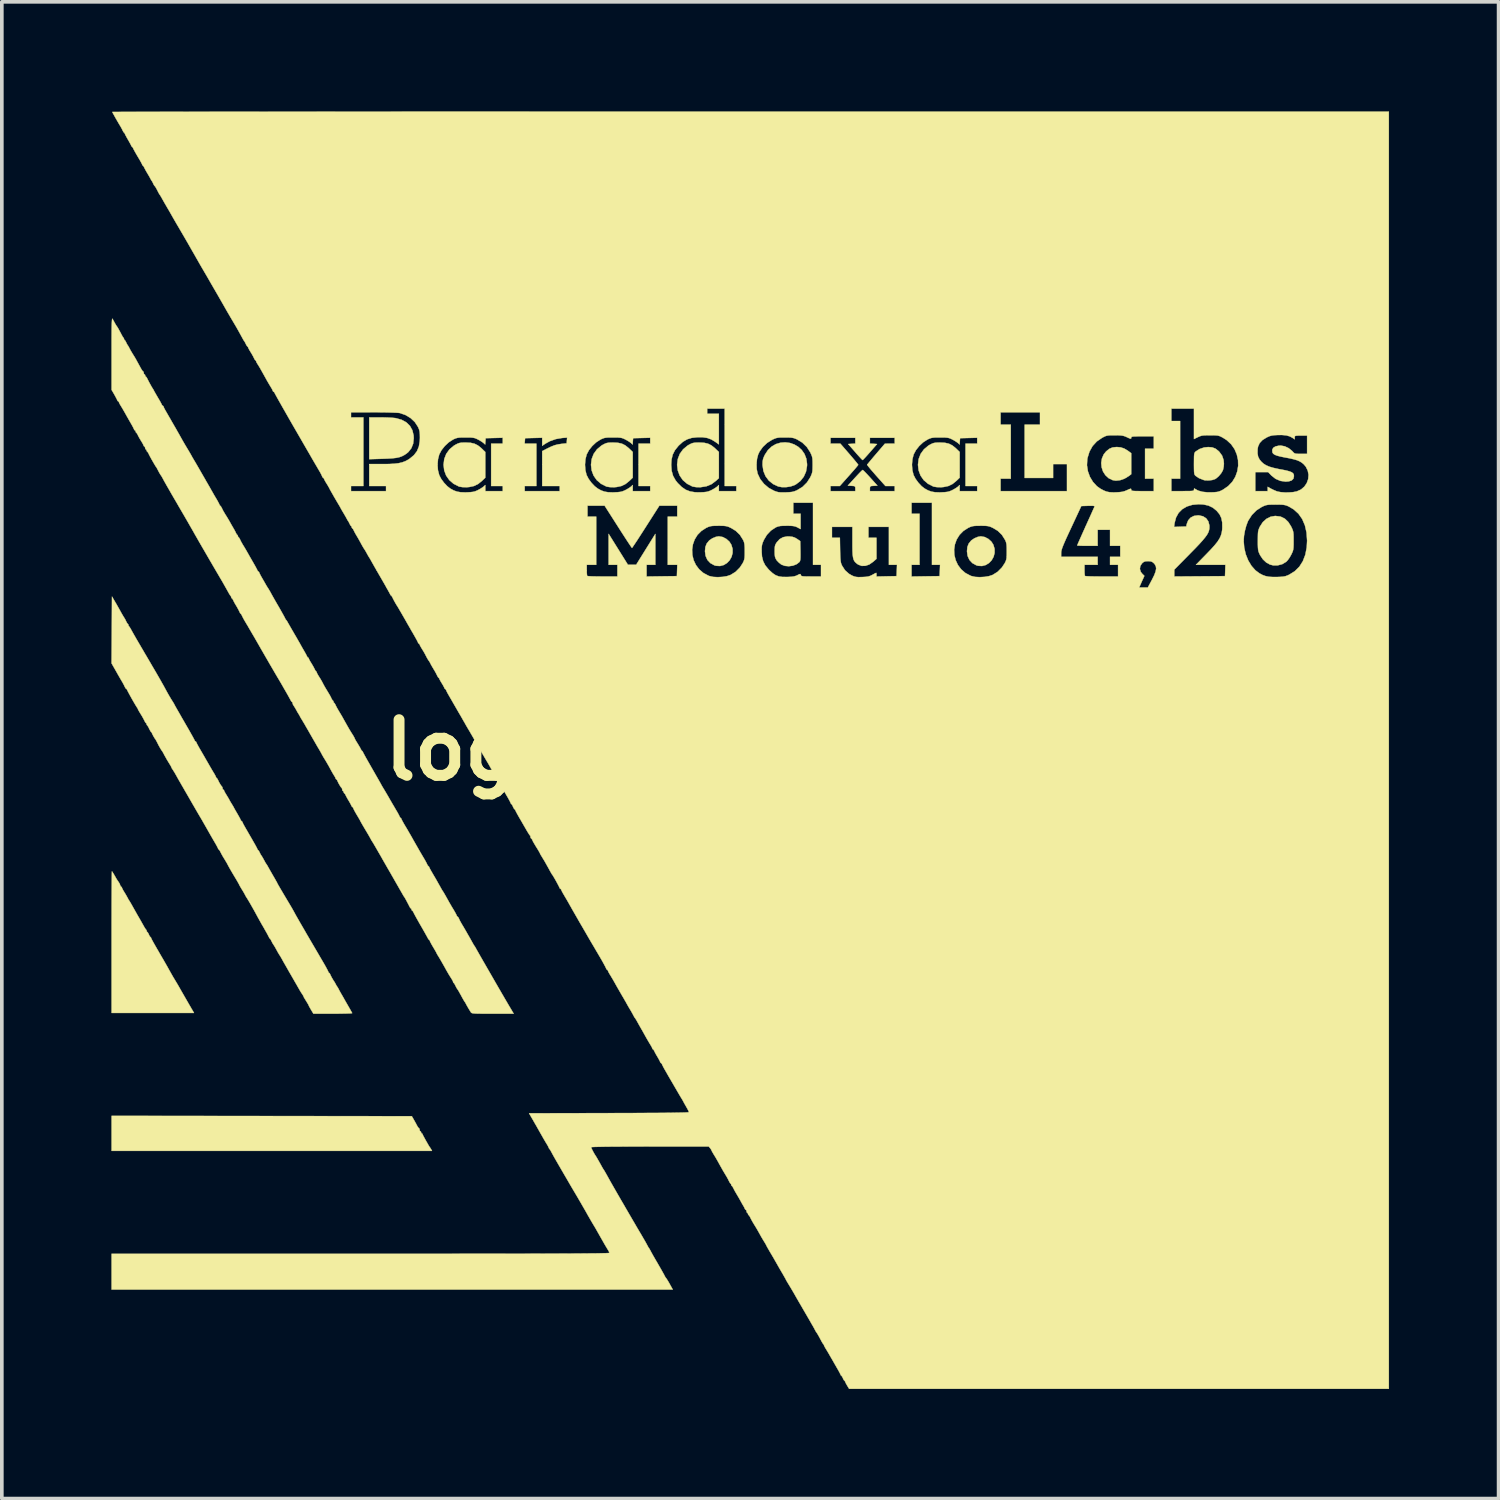
<source format=kicad_pcb>
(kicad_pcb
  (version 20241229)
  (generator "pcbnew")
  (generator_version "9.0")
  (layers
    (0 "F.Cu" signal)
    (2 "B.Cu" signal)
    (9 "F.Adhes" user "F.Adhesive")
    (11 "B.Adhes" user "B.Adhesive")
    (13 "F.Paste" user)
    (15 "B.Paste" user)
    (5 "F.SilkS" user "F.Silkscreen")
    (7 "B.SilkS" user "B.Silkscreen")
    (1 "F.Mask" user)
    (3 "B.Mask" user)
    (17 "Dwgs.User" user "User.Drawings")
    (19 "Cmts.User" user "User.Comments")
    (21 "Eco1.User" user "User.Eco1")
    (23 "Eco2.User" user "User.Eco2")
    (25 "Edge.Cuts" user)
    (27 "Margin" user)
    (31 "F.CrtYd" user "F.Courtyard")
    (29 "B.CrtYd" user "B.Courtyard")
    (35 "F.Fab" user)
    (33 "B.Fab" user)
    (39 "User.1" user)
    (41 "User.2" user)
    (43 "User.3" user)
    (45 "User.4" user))
  (footprint "logo modulo 420"
    (layer "F.Cu")
    (at 17.492 17.491)
    (property "Reference" "logo modulo 420" (at 0 0 0) (layer "F.SilkS") (effects (font (size 1.524 1.524) (thickness 0.3))))
    (attr through_hole)
    (fp_poly (pts (xy 10.145 -8.291) (xy 10.238 -8.261) (xy 10.334 -8.204) (xy 10.367 -8.18) (xy 10.432 -8.132) (xy 10.432 -7.556) (xy 10.367 -7.507) (xy 10.25 -7.436) (xy 10.128 -7.393) (xy 10.012 -7.38) (xy 9.925 -7.394) (xy 9.813 -7.448) (xy 9.725 -7.53) (xy 9.66 -7.631) (xy 9.622 -7.746) (xy 9.611 -7.866) (xy 9.63 -7.986) (xy 9.679 -8.099) (xy 9.744 -8.18) (xy 9.83 -8.25) (xy 9.919 -8.289) (xy 10.027 -8.301) (xy 10.042 -8.301) (xy 10.145 -8.291)) (stroke (width 0.01) (type solid)) (fill yes) (layer "F.SilkS"))
    (fp_poly (pts (xy -10.008 -9.111) (xy -9.894 -9.107) (xy -9.794 -9.101) (xy -9.72 -9.094) (xy -9.702 -9.091) (xy -9.543 -9.046) (xy -9.415 -8.975) (xy -9.317 -8.879) (xy -9.251 -8.76) (xy -9.217 -8.619) (xy -9.213 -8.542) (xy -9.229 -8.394) (xy -9.279 -8.268) (xy -9.361 -8.164) (xy -9.41 -8.123) (xy -9.475 -8.08) (xy -9.539 -8.047) (xy -9.61 -8.022) (xy -9.695 -8.004) (xy -9.801 -7.992) (xy -9.933 -7.984) (xy -10.067 -7.979) (xy -10.432 -7.968) (xy -10.432 -9.113) (xy -10.126 -9.113) (xy -10.008 -9.111)) (stroke (width 0.01) (type solid)) (fill yes) (layer "F.SilkS"))
    (fp_poly (pts (xy -0.755 -5.837) (xy -0.656 -5.786) (xy -0.571 -5.711) (xy -0.517 -5.626) (xy -0.483 -5.512) (xy -0.483 -5.399) (xy -0.511 -5.294) (xy -0.564 -5.2) (xy -0.637 -5.124) (xy -0.726 -5.07) (xy -0.827 -5.043) (xy -0.936 -5.049) (xy -0.986 -5.064) (xy -1.093 -5.124) (xy -1.173 -5.21) (xy -1.222 -5.32) (xy -1.239 -5.446) (xy -1.228 -5.563) (xy -1.192 -5.657) (xy -1.127 -5.737) (xy -1.113 -5.75) (xy -1.035 -5.802) (xy -0.945 -5.84) (xy -0.862 -5.855) (xy -0.859 -5.855) (xy -0.755 -5.837)) (stroke (width 0.01) (type solid)) (fill yes) (layer "F.SilkS"))
    (fp_poly (pts (xy 6.419 -5.837) (xy 6.519 -5.786) (xy 6.603 -5.711) (xy 6.657 -5.626) (xy 6.691 -5.512) (xy 6.691 -5.399) (xy 6.663 -5.294) (xy 6.61 -5.2) (xy 6.537 -5.124) (xy 6.448 -5.07) (xy 6.347 -5.043) (xy 6.238 -5.049) (xy 6.188 -5.064) (xy 6.081 -5.124) (xy 6.002 -5.21) (xy 5.952 -5.32) (xy 5.935 -5.446) (xy 5.946 -5.563) (xy 5.982 -5.657) (xy 6.047 -5.737) (xy 6.062 -5.75) (xy 6.139 -5.802) (xy 6.229 -5.84) (xy 6.312 -5.855) (xy 6.315 -5.855) (xy 6.419 -5.837)) (stroke (width 0.01) (type solid)) (fill yes) (layer "F.SilkS"))
    (fp_poly (pts (xy -7.654 -8.416) (xy -7.55 -8.392) (xy -7.458 -8.346) (xy -7.365 -8.272) (xy -7.339 -8.247) (xy -7.254 -8.165) (xy -7.254 -7.462) (xy -7.339 -7.38) (xy -7.449 -7.29) (xy -7.563 -7.234) (xy -7.692 -7.206) (xy -7.754 -7.201) (xy -7.872 -7.202) (xy -7.963 -7.216) (xy -7.98 -7.222) (xy -8.123 -7.295) (xy -8.239 -7.395) (xy -8.326 -7.519) (xy -8.379 -7.661) (xy -8.397 -7.815) (xy -8.378 -7.972) (xy -8.323 -8.114) (xy -8.234 -8.237) (xy -8.114 -8.338) (xy -8.07 -8.364) (xy -8.014 -8.393) (xy -7.964 -8.411) (xy -7.908 -8.42) (xy -7.831 -8.423) (xy -7.784 -8.423) (xy -7.654 -8.416)) (stroke (width 0.01) (type solid)) (fill yes) (layer "F.SilkS"))
    (fp_poly (pts (xy -3.618 -8.416) (xy -3.513 -8.392) (xy -3.421 -8.346) (xy -3.328 -8.272) (xy -3.302 -8.247) (xy -3.217 -8.165) (xy -3.217 -7.462) (xy -3.302 -7.38) (xy -3.412 -7.29) (xy -3.526 -7.234) (xy -3.656 -7.206) (xy -3.717 -7.201) (xy -3.835 -7.202) (xy -3.926 -7.216) (xy -3.943 -7.222) (xy -4.086 -7.295) (xy -4.203 -7.395) (xy -4.289 -7.519) (xy -4.342 -7.661) (xy -4.36 -7.815) (xy -4.341 -7.972) (xy -4.286 -8.114) (xy -4.197 -8.237) (xy -4.077 -8.338) (xy -4.033 -8.364) (xy -3.977 -8.393) (xy -3.927 -8.411) (xy -3.871 -8.42) (xy -3.794 -8.423) (xy -3.747 -8.423) (xy -3.618 -8.416)) (stroke (width 0.01) (type solid)) (fill yes) (layer "F.SilkS"))
    (fp_poly (pts (xy -1.259 -8.416) (xy -1.155 -8.392) (xy -1.063 -8.346) (xy -0.97 -8.272) (xy -0.944 -8.247) (xy -0.859 -8.165) (xy -0.859 -7.449) (xy -0.932 -7.381) (xy -1.058 -7.285) (xy -1.199 -7.226) (xy -1.358 -7.201) (xy -1.359 -7.201) (xy -1.477 -7.202) (xy -1.568 -7.217) (xy -1.585 -7.222) (xy -1.728 -7.295) (xy -1.845 -7.395) (xy -1.931 -7.519) (xy -1.984 -7.661) (xy -2.002 -7.815) (xy -1.983 -7.972) (xy -1.928 -8.114) (xy -1.839 -8.237) (xy -1.719 -8.338) (xy -1.675 -8.364) (xy -1.619 -8.393) (xy -1.569 -8.411) (xy -1.513 -8.42) (xy -1.436 -8.423) (xy -1.389 -8.423) (xy -1.259 -8.416)) (stroke (width 0.01) (type solid)) (fill yes) (layer "F.SilkS"))
    (fp_poly (pts (xy 5.335 -8.416) (xy 5.44 -8.392) (xy 5.532 -8.346) (xy 5.625 -8.272) (xy 5.651 -8.247) (xy 5.735 -8.165) (xy 5.735 -7.462) (xy 5.651 -7.38) (xy 5.541 -7.29) (xy 5.427 -7.234) (xy 5.297 -7.206) (xy 5.236 -7.201) (xy 5.118 -7.202) (xy 5.027 -7.216) (xy 5.01 -7.222) (xy 4.867 -7.295) (xy 4.75 -7.395) (xy 4.664 -7.519) (xy 4.611 -7.661) (xy 4.593 -7.815) (xy 4.612 -7.972) (xy 4.667 -8.114) (xy 4.756 -8.237) (xy 4.876 -8.338) (xy 4.92 -8.364) (xy 4.976 -8.393) (xy 5.026 -8.411) (xy 5.082 -8.42) (xy 5.159 -8.423) (xy 5.206 -8.423) (xy 5.335 -8.416)) (stroke (width 0.01) (type solid)) (fill yes) (layer "F.SilkS"))
    (fp_poly (pts (xy -13.376 10.017) (xy -9.266 10.022) (xy -9.22 10.102) (xy -9.18 10.173) (xy -9.138 10.25) (xy -9.13 10.267) (xy -9.101 10.317) (xy -9.077 10.347) (xy -9.069 10.352) (xy -9.056 10.369) (xy -9.053 10.392) (xy -9.045 10.424) (xy -9.033 10.432) (xy -9.015 10.448) (xy -9.013 10.462) (xy -9.002 10.488) (xy -8.993 10.492) (xy -8.974 10.506) (xy -8.973 10.51) (xy -8.969 10.525) (xy -8.955 10.554) (xy -8.929 10.603) (xy -8.888 10.677) (xy -8.831 10.778) (xy -8.812 10.811) (xy -8.788 10.851) (xy -8.773 10.871) (xy -8.757 10.895) (xy -8.738 10.926) (xy -8.713 10.971) (xy -17.486 10.971) (xy -17.486 10.012) (xy -13.376 10.017)) (stroke (width 0.01) (type solid)) (fill yes) (layer "F.SilkS"))
    (fp_poly (pts (xy 1.085 -8.413) (xy 1.206 -8.371) (xy 1.316 -8.306) (xy 1.411 -8.219) (xy 1.486 -8.111) (xy 1.536 -7.982) (xy 1.556 -7.836) (xy 1.555 -7.784) (xy 1.528 -7.629) (xy 1.467 -7.49) (xy 1.374 -7.372) (xy 1.252 -7.279) (xy 1.204 -7.254) (xy 1.101 -7.22) (xy 0.982 -7.202) (xy 0.863 -7.203) (xy 0.767 -7.221) (xy 0.625 -7.288) (xy 0.508 -7.383) (xy 0.419 -7.503) (xy 0.361 -7.644) (xy 0.338 -7.8) (xy 0.337 -7.82) (xy 0.34 -7.905) (xy 0.352 -7.972) (xy 0.378 -8.04) (xy 0.403 -8.092) (xy 0.487 -8.22) (xy 0.59 -8.316) (xy 0.705 -8.382) (xy 0.829 -8.419) (xy 0.957 -8.429) (xy 1.085 -8.413)) (stroke (width 0.01) (type solid)) (fill yes) (layer "F.SilkS"))
    (fp_poly (pts (xy 1.07 -5.852) (xy 1.157 -5.842) (xy 1.222 -5.82) (xy 1.284 -5.784) (xy 1.369 -5.724) (xy 1.375 -5.457) (xy 1.376 -5.346) (xy 1.375 -5.268) (xy 1.371 -5.216) (xy 1.363 -5.181) (xy 1.351 -5.158) (xy 1.345 -5.15) (xy 1.267 -5.091) (xy 1.167 -5.052) (xy 1.057 -5.037) (xy 0.948 -5.047) (xy 0.852 -5.083) (xy 0.849 -5.085) (xy 0.787 -5.134) (xy 0.73 -5.193) (xy 0.719 -5.208) (xy 0.694 -5.252) (xy 0.678 -5.298) (xy 0.671 -5.357) (xy 0.669 -5.443) (xy 0.669 -5.446) (xy 0.671 -5.531) (xy 0.677 -5.59) (xy 0.692 -5.634) (xy 0.717 -5.677) (xy 0.725 -5.689) (xy 0.805 -5.778) (xy 0.901 -5.832) (xy 1.015 -5.853) (xy 1.07 -5.852)) (stroke (width 0.01) (type solid)) (fill yes) (layer "F.SilkS"))
    (fp_poly (pts (xy 12.65 -8.291) (xy 12.739 -8.257) (xy 12.821 -8.193) (xy 12.844 -8.17) (xy 12.92 -8.066) (xy 12.961 -7.946) (xy 12.97 -7.844) (xy 12.964 -7.765) (xy 12.949 -7.689) (xy 12.939 -7.658) (xy 12.893 -7.579) (xy 12.827 -7.501) (xy 12.754 -7.439) (xy 12.73 -7.424) (xy 12.652 -7.398) (xy 12.555 -7.386) (xy 12.46 -7.389) (xy 12.425 -7.395) (xy 12.287 -7.449) (xy 12.195 -7.512) (xy 12.178 -7.529) (xy 12.166 -7.55) (xy 12.158 -7.581) (xy 12.153 -7.63) (xy 12.151 -7.703) (xy 12.15 -7.807) (xy 12.15 -7.844) (xy 12.151 -7.958) (xy 12.152 -8.04) (xy 12.156 -8.095) (xy 12.163 -8.13) (xy 12.174 -8.154) (xy 12.19 -8.172) (xy 12.195 -8.177) (xy 12.302 -8.246) (xy 12.429 -8.289) (xy 12.54 -8.3) (xy 12.65 -8.291)) (stroke (width 0.01) (type solid)) (fill yes) (layer "F.SilkS"))
    (fp_poly (pts (xy 14.51 -6.398) (xy 14.53 -6.392) (xy 14.638 -6.339) (xy 14.731 -6.25) (xy 14.811 -6.124) (xy 14.812 -6.12) (xy 14.84 -6.062) (xy 14.858 -6.015) (xy 14.87 -5.968) (xy 14.876 -5.91) (xy 14.878 -5.831) (xy 14.878 -5.735) (xy 14.878 -5.63) (xy 14.875 -5.554) (xy 14.869 -5.498) (xy 14.857 -5.451) (xy 14.837 -5.403) (xy 14.812 -5.351) (xy 14.769 -5.275) (xy 14.72 -5.206) (xy 14.676 -5.159) (xy 14.568 -5.094) (xy 14.443 -5.061) (xy 14.315 -5.062) (xy 14.232 -5.083) (xy 14.13 -5.139) (xy 14.038 -5.226) (xy 13.964 -5.335) (xy 13.956 -5.351) (xy 13.933 -5.4) (xy 13.917 -5.443) (xy 13.907 -5.49) (xy 13.902 -5.549) (xy 13.899 -5.63) (xy 13.899 -5.735) (xy 13.9 -5.846) (xy 13.902 -5.926) (xy 13.907 -5.984) (xy 13.918 -6.031) (xy 13.934 -6.074) (xy 13.955 -6.12) (xy 14.034 -6.243) (xy 14.134 -6.334) (xy 14.249 -6.392) (xy 14.375 -6.414) (xy 14.51 -6.398)) (stroke (width 0.01) (type solid)) (fill yes) (layer "F.SilkS"))
    (fp_poly (pts (xy -17.464 3.334) (xy -17.437 3.376) (xy -17.402 3.437) (xy -17.393 3.452) (xy -17.354 3.521) (xy -17.318 3.577) (xy -17.294 3.611) (xy -17.292 3.614) (xy -17.267 3.654) (xy -17.254 3.688) (xy -17.239 3.725) (xy -17.224 3.737) (xy -17.207 3.752) (xy -17.206 3.758) (xy -17.196 3.785) (xy -17.171 3.834) (xy -17.141 3.883) (xy -17.1 3.95) (xy -17.064 4.014) (xy -17.046 4.047) (xy -17.023 4.091) (xy -17.007 4.116) (xy -17.007 4.117) (xy -16.999 4.126) (xy -16.988 4.144) (xy -16.967 4.18) (xy -16.933 4.239) (xy -16.908 4.284) (xy -16.791 4.492) (xy -16.702 4.646) (xy -16.66 4.72) (xy -16.62 4.791) (xy -16.595 4.836) (xy -16.567 4.882) (xy -16.546 4.91) (xy -16.542 4.913) (xy -16.528 4.936) (xy -16.527 4.948) (xy -16.518 4.973) (xy -16.511 4.976) (xy -16.494 4.993) (xy -16.472 5.034) (xy -16.467 5.046) (xy -16.445 5.091) (xy -16.426 5.115) (xy -16.423 5.116) (xy -16.407 5.131) (xy -16.407 5.134) (xy -16.398 5.159) (xy -16.373 5.208) (xy -16.338 5.272) (xy -16.334 5.279) (xy -16.291 5.355) (xy -16.249 5.428) (xy -16.219 5.479) (xy -16.19 5.53) (xy -16.148 5.603) (xy -16.1 5.685) (xy -16.08 5.719) (xy -16.027 5.811) (xy -15.971 5.909) (xy -15.923 5.995) (xy -15.912 6.015) (xy -15.864 6.101) (xy -15.808 6.199) (xy -15.757 6.285) (xy -15.71 6.363) (xy -15.666 6.437) (xy -15.633 6.495) (xy -15.63 6.5) (xy -15.6 6.553) (xy -15.57 6.606) (xy -15.535 6.666) (xy -15.493 6.74) (xy -15.438 6.835) (xy -15.372 6.95) (xy -15.23 7.194) (xy -17.486 7.194) (xy -17.486 5.256) (xy -17.486 4.981) (xy -17.486 4.718) (xy -17.485 4.47) (xy -17.485 4.238) (xy -17.484 4.026) (xy -17.483 3.836) (xy -17.482 3.672) (xy -17.481 3.536) (xy -17.48 3.43) (xy -17.479 3.358) (xy -17.478 3.321) (xy -17.477 3.317) (xy -17.464 3.334)) (stroke (width 0.01) (type solid)) (fill yes) (layer "F.SilkS"))
    (fp_poly (pts (xy -17.429 -4.127) (xy -17.353 -3.997) (xy -17.279 -3.866) (xy -17.241 -3.797) (xy -17.203 -3.729) (xy -17.167 -3.668) (xy -17.147 -3.637) (xy -17.114 -3.582) (xy -17.085 -3.522) (xy -17.062 -3.479) (xy -17.044 -3.458) (xy -17.042 -3.457) (xy -17.028 -3.441) (xy -17.027 -3.429) (xy -17.018 -3.399) (xy -17.011 -3.394) (xy -16.995 -3.374) (xy -16.967 -3.329) (xy -16.944 -3.287) (xy -16.917 -3.238) (xy -16.874 -3.162) (xy -16.82 -3.067) (xy -16.757 -2.959) (xy -16.692 -2.848) (xy -16.568 -2.636) (xy -16.462 -2.456) (xy -16.373 -2.303) (xy -16.297 -2.174) (xy -16.234 -2.065) (xy -16.181 -1.973) (xy -16.136 -1.894) (xy -16.097 -1.825) (xy -16.061 -1.762) (xy -16.028 -1.701) (xy -15.995 -1.64) (xy -15.96 -1.576) (xy -15.914 -1.495) (xy -15.862 -1.407) (xy -15.835 -1.364) (xy -15.8 -1.308) (xy -15.775 -1.267) (xy -15.768 -1.251) (xy -15.758 -1.232) (xy -15.731 -1.183) (xy -15.689 -1.109) (xy -15.634 -1.014) (xy -15.57 -0.901) (xy -15.498 -0.777) (xy -15.488 -0.759) (xy -15.415 -0.633) (xy -15.349 -0.518) (xy -15.293 -0.418) (xy -15.249 -0.339) (xy -15.22 -0.284) (xy -15.208 -0.259) (xy -15.208 -0.258) (xy -15.193 -0.24) (xy -15.188 -0.24) (xy -15.169 -0.226) (xy -15.168 -0.221) (xy -15.159 -0.197) (xy -15.133 -0.147) (xy -15.096 -0.08) (xy -15.071 -0.036) (xy -15.02 0.051) (xy -14.958 0.158) (xy -14.894 0.27) (xy -14.848 0.35) (xy -14.795 0.442) (xy -14.745 0.528) (xy -14.703 0.599) (xy -14.675 0.644) (xy -14.647 0.694) (xy -14.63 0.731) (xy -14.628 0.739) (xy -14.617 0.759) (xy -14.613 0.759) (xy -14.595 0.776) (xy -14.574 0.814) (xy -14.546 0.873) (xy -14.513 0.931) (xy -14.483 0.976) (xy -14.464 0.996) (xy -14.451 1.019) (xy -14.449 1.041) (xy -14.44 1.072) (xy -14.429 1.079) (xy -14.409 1.094) (xy -14.409 1.1) (xy -14.399 1.127) (xy -14.372 1.176) (xy -14.342 1.225) (xy -14.305 1.285) (xy -14.276 1.335) (xy -14.263 1.359) (xy -14.245 1.393) (xy -14.214 1.445) (xy -14.199 1.469) (xy -14.166 1.523) (xy -14.141 1.567) (xy -14.135 1.579) (xy -14.119 1.609) (xy -14.088 1.664) (xy -14.048 1.732) (xy -14.035 1.754) (xy -13.996 1.823) (xy -13.966 1.879) (xy -13.95 1.914) (xy -13.949 1.919) (xy -13.935 1.938) (xy -13.931 1.938) (xy -13.911 1.955) (xy -13.902 1.973) (xy -13.887 2.01) (xy -13.857 2.065) (xy -13.833 2.108) (xy -13.792 2.179) (xy -13.752 2.248) (xy -13.735 2.278) (xy -13.707 2.326) (xy -13.666 2.397) (xy -13.619 2.479) (xy -13.592 2.526) (xy -13.549 2.602) (xy -13.515 2.665) (xy -13.494 2.708) (xy -13.489 2.721) (xy -13.476 2.738) (xy -13.474 2.738) (xy -13.457 2.754) (xy -13.435 2.795) (xy -13.431 2.803) (xy -13.409 2.849) (xy -13.392 2.876) (xy -13.391 2.878) (xy -13.374 2.901) (xy -13.341 2.957) (xy -13.292 3.047) (xy -13.281 3.068) (xy -13.26 3.103) (xy -13.25 3.118) (xy -13.242 3.126) (xy -13.231 3.144) (xy -13.211 3.179) (xy -13.179 3.236) (xy -13.146 3.295) (xy -13.115 3.349) (xy -13.073 3.422) (xy -13.029 3.498) (xy -13.027 3.501) (xy -12.991 3.565) (xy -12.963 3.614) (xy -12.95 3.64) (xy -12.95 3.642) (xy -12.94 3.661) (xy -12.912 3.711) (xy -12.867 3.788) (xy -12.809 3.887) (xy -12.739 4.005) (xy -12.659 4.139) (xy -12.577 4.277) (xy -12.536 4.347) (xy -12.49 4.43) (xy -12.465 4.476) (xy -12.435 4.531) (xy -12.385 4.618) (xy -12.319 4.734) (xy -12.235 4.878) (xy -12.137 5.048) (xy -12.025 5.24) (xy -11.9 5.453) (xy -11.765 5.684) (xy -11.728 5.747) (xy -11.67 5.846) (xy -11.62 5.935) (xy -11.582 6.006) (xy -11.558 6.054) (xy -11.551 6.072) (xy -11.539 6.094) (xy -11.533 6.095) (xy -11.513 6.112) (xy -11.505 6.13) (xy -11.489 6.166) (xy -11.462 6.219) (xy -11.43 6.274) (xy -11.403 6.319) (xy -11.391 6.335) (xy -11.376 6.358) (xy -11.353 6.401) (xy -11.351 6.405) (xy -11.327 6.449) (xy -11.31 6.474) (xy -11.31 6.475) (xy -11.293 6.498) (xy -11.27 6.541) (xy -11.268 6.545) (xy -11.237 6.604) (xy -11.201 6.668) (xy -11.197 6.675) (xy -11.171 6.719) (xy -11.131 6.789) (xy -11.083 6.875) (xy -11.031 6.965) (xy -10.983 7.049) (xy -10.942 7.121) (xy -10.913 7.173) (xy -10.898 7.199) (xy -10.898 7.199) (xy -10.915 7.203) (xy -10.966 7.207) (xy -11.048 7.21) (xy -11.154 7.212) (xy -11.28 7.214) (xy -11.421 7.214) (xy -11.961 7.214) (xy -12.026 7.106) (xy -12.059 7.048) (xy -12.083 7.005) (xy -12.09 6.987) (xy -12.1 6.965) (xy -12.127 6.92) (xy -12.16 6.866) (xy -12.196 6.808) (xy -12.222 6.764) (xy -12.23 6.744) (xy -12.241 6.72) (xy -12.266 6.68) (xy -12.268 6.678) (xy -12.303 6.625) (xy -12.341 6.562) (xy -12.348 6.548) (xy -12.374 6.504) (xy -12.414 6.433) (xy -12.465 6.345) (xy -12.521 6.247) (xy -12.543 6.209) (xy -12.619 6.078) (xy -12.679 5.972) (xy -12.731 5.881) (xy -12.78 5.796) (xy -12.83 5.705) (xy -12.835 5.696) (xy -12.864 5.646) (xy -12.887 5.61) (xy -12.89 5.606) (xy -12.907 5.579) (xy -12.937 5.528) (xy -12.971 5.466) (xy -13.007 5.4) (xy -13.04 5.345) (xy -13.06 5.316) (xy -13.084 5.277) (xy -13.11 5.224) (xy -13.112 5.221) (xy -13.134 5.178) (xy -13.152 5.156) (xy -13.155 5.156) (xy -13.17 5.141) (xy -13.17 5.139) (xy -13.179 5.117) (xy -13.205 5.067) (xy -13.244 4.995) (xy -13.293 4.909) (xy -13.312 4.874) (xy -13.371 4.773) (xy -13.428 4.672) (xy -13.478 4.582) (xy -13.515 4.514) (xy -13.519 4.506) (xy -13.566 4.42) (xy -13.619 4.325) (xy -13.652 4.267) (xy -13.692 4.197) (xy -13.728 4.135) (xy -13.751 4.097) (xy -13.775 4.057) (xy -13.789 4.037) (xy -13.804 4.014) (xy -13.827 3.971) (xy -13.829 3.967) (xy -13.856 3.916) (xy -13.895 3.85) (xy -13.924 3.803) (xy -13.958 3.747) (xy -13.982 3.705) (xy -13.989 3.689) (xy -13.999 3.669) (xy -14.025 3.622) (xy -14.065 3.553) (xy -14.114 3.471) (xy -14.125 3.453) (xy -14.179 3.362) (xy -14.229 3.276) (xy -14.269 3.206) (xy -14.294 3.16) (xy -14.295 3.158) (xy -14.324 3.102) (xy -14.366 3.031) (xy -14.398 2.978) (xy -14.442 2.906) (xy -14.482 2.834) (xy -14.503 2.793) (xy -14.528 2.746) (xy -14.549 2.72) (xy -14.553 2.718) (xy -14.568 2.703) (xy -14.569 2.7) (xy -14.578 2.675) (xy -14.604 2.625) (xy -14.64 2.56) (xy -14.655 2.535) (xy -14.703 2.453) (xy -14.75 2.371) (xy -14.788 2.306) (xy -14.792 2.298) (xy -14.837 2.219) (xy -14.885 2.134) (xy -14.932 2.052) (xy -14.972 1.982) (xy -15 1.933) (xy -15.008 1.918) (xy -15.049 1.849) (xy -15.107 1.751) (xy -15.178 1.629) (xy -15.259 1.489) (xy -15.347 1.336) (xy -15.397 1.249) (xy -15.461 1.139) (xy -15.52 1.036) (xy -15.571 0.948) (xy -15.61 0.88) (xy -15.633 0.84) (xy -15.634 0.839) (xy -15.669 0.777) (xy -15.709 0.705) (xy -15.723 0.68) (xy -15.76 0.615) (xy -15.797 0.556) (xy -15.809 0.537) (xy -15.836 0.497) (xy -15.847 0.472) (xy -15.848 0.471) (xy -15.857 0.448) (xy -15.882 0.405) (xy -15.899 0.378) (xy -15.976 0.251) (xy -16.043 0.131) (xy -16.064 0.09) (xy -16.088 0.046) (xy -16.105 0.021) (xy -16.106 0.02) (xy -16.126 -0.008) (xy -16.159 -0.063) (xy -16.2 -0.136) (xy -16.232 -0.2) (xy -16.26 -0.254) (xy -16.281 -0.291) (xy -16.287 -0.3) (xy -16.309 -0.33) (xy -16.339 -0.38) (xy -16.366 -0.431) (xy -16.381 -0.465) (xy -16.396 -0.494) (xy -16.405 -0.5) (xy -16.42 -0.516) (xy -16.443 -0.559) (xy -16.458 -0.589) (xy -16.483 -0.641) (xy -16.505 -0.674) (xy -16.512 -0.679) (xy -16.525 -0.696) (xy -16.527 -0.709) (xy -16.535 -0.736) (xy -16.542 -0.739) (xy -16.559 -0.756) (xy -16.582 -0.796) (xy -16.585 -0.804) (xy -16.611 -0.855) (xy -16.649 -0.924) (xy -16.69 -0.991) (xy -16.728 -1.053) (xy -16.755 -1.101) (xy -16.767 -1.126) (xy -16.767 -1.127) (xy -16.778 -1.153) (xy -16.787 -1.165) (xy -16.806 -1.193) (xy -16.838 -1.246) (xy -16.879 -1.316) (xy -16.925 -1.396) (xy -16.97 -1.477) (xy -17.011 -1.552) (xy -17.044 -1.614) (xy -17.063 -1.653) (xy -17.067 -1.663) (xy -17.082 -1.678) (xy -17.085 -1.679) (xy -17.104 -1.695) (xy -17.125 -1.734) (xy -17.15 -1.788) (xy -17.184 -1.85) (xy -17.189 -1.859) (xy -17.215 -1.903) (xy -17.256 -1.973) (xy -17.305 -2.058) (xy -17.357 -2.151) (xy -17.359 -2.154) (xy -17.487 -2.379) (xy -17.481 -3.293) (xy -17.476 -4.207) (xy -17.429 -4.127)) (stroke (width 0.01) (type solid)) (fill yes) (layer "F.SilkS"))
    (fp_poly (pts (xy -17.462 -11.813) (xy -17.458 -11.806) (xy -17.418 -11.733) (xy -17.383 -11.669) (xy -17.356 -11.625) (xy -17.346 -11.611) (xy -17.326 -11.583) (xy -17.294 -11.528) (xy -17.256 -11.458) (xy -17.221 -11.391) (xy -17.193 -11.338) (xy -17.17 -11.302) (xy -17.161 -11.294) (xy -17.148 -11.271) (xy -17.146 -11.259) (xy -17.138 -11.234) (xy -17.131 -11.231) (xy -17.114 -11.215) (xy -17.092 -11.174) (xy -17.088 -11.166) (xy -17.066 -11.12) (xy -17.049 -11.093) (xy -17.048 -11.091) (xy -17.031 -11.067) (xy -17.011 -11.031) (xy -16.968 -10.949) (xy -16.914 -10.858) (xy -16.881 -10.805) (xy -16.86 -10.772) (xy -16.832 -10.724) (xy -16.794 -10.655) (xy -16.742 -10.561) (xy -16.68 -10.447) (xy -16.652 -10.401) (xy -16.629 -10.374) (xy -16.623 -10.372) (xy -16.61 -10.355) (xy -16.607 -10.332) (xy -16.599 -10.299) (xy -16.587 -10.292) (xy -16.569 -10.276) (xy -16.567 -10.262) (xy -16.559 -10.235) (xy -16.552 -10.232) (xy -16.533 -10.216) (xy -16.516 -10.187) (xy -16.492 -10.138) (xy -16.46 -10.076) (xy -16.425 -10.012) (xy -16.394 -9.956) (xy -16.372 -9.92) (xy -16.367 -9.912) (xy -16.351 -9.888) (xy -16.331 -9.852) (xy -16.311 -9.813) (xy -16.275 -9.751) (xy -16.231 -9.675) (xy -16.207 -9.634) (xy -16.164 -9.561) (xy -16.131 -9.5) (xy -16.111 -9.46) (xy -16.107 -9.45) (xy -16.092 -9.433) (xy -16.087 -9.433) (xy -16.068 -9.419) (xy -16.067 -9.415) (xy -16.058 -9.389) (xy -16.034 -9.34) (xy -16 -9.28) (xy -15.908 -9.12) (xy -15.834 -8.991) (xy -15.774 -8.887) (xy -15.727 -8.806) (xy -15.691 -8.742) (xy -15.662 -8.691) (xy -15.638 -8.649) (xy -15.617 -8.612) (xy -15.597 -8.575) (xy -15.574 -8.535) (xy -15.568 -8.523) (xy -15.52 -8.439) (xy -15.465 -8.345) (xy -15.426 -8.28) (xy -15.381 -8.205) (xy -15.338 -8.132) (xy -15.309 -8.081) (xy -15.271 -8.012) (xy -15.228 -7.939) (xy -15.219 -7.924) (xy -15.19 -7.876) (xy -15.147 -7.802) (xy -15.096 -7.714) (xy -15.042 -7.619) (xy -15.039 -7.614) (xy -14.984 -7.519) (xy -14.931 -7.427) (xy -14.887 -7.349) (xy -14.855 -7.296) (xy -14.855 -7.294) (xy -14.813 -7.222) (xy -14.771 -7.148) (xy -14.758 -7.124) (xy -14.727 -7.07) (xy -14.684 -6.994) (xy -14.636 -6.912) (xy -14.621 -6.888) (xy -14.58 -6.817) (xy -14.549 -6.758) (xy -14.531 -6.721) (xy -14.529 -6.713) (xy -14.516 -6.695) (xy -14.513 -6.695) (xy -14.495 -6.678) (xy -14.474 -6.64) (xy -14.432 -6.556) (xy -14.372 -6.454) (xy -14.342 -6.407) (xy -14.313 -6.36) (xy -14.275 -6.296) (xy -14.255 -6.261) (xy -14.214 -6.187) (xy -14.171 -6.113) (xy -14.155 -6.085) (xy -14.119 -6.023) (xy -14.09 -5.965) (xy -14.083 -5.95) (xy -14.062 -5.911) (xy -14.045 -5.895) (xy -14.031 -5.879) (xy -14.029 -5.865) (xy -14.021 -5.839) (xy -14.014 -5.835) (xy -13.997 -5.819) (xy -13.974 -5.779) (xy -13.97 -5.77) (xy -13.941 -5.71) (xy -13.903 -5.643) (xy -13.895 -5.629) (xy -13.853 -5.561) (xy -13.806 -5.482) (xy -13.749 -5.382) (xy -13.721 -5.332) (xy -13.692 -5.281) (xy -13.65 -5.208) (xy -13.603 -5.126) (xy -13.584 -5.093) (xy -13.543 -5.02) (xy -13.511 -4.96) (xy -13.492 -4.922) (xy -13.489 -4.912) (xy -13.474 -4.896) (xy -13.472 -4.896) (xy -13.452 -4.88) (xy -13.443 -4.861) (xy -13.427 -4.825) (xy -13.398 -4.769) (xy -13.373 -4.726) (xy -13.331 -4.653) (xy -13.289 -4.579) (xy -13.27 -4.546) (xy -13.24 -4.494) (xy -13.216 -4.455) (xy -13.21 -4.446) (xy -13.192 -4.419) (xy -13.162 -4.369) (xy -13.138 -4.327) (xy -13.103 -4.262) (xy -13.071 -4.205) (xy -13.038 -4.147) (xy -13 -4.08) (xy -12.952 -3.997) (xy -12.889 -3.889) (xy -12.873 -3.86) (xy -12.822 -3.77) (xy -12.779 -3.693) (xy -12.747 -3.634) (xy -12.731 -3.601) (xy -12.73 -3.597) (xy -12.715 -3.574) (xy -12.715 -3.574) (xy -12.696 -3.553) (xy -12.67 -3.512) (xy -12.668 -3.507) (xy -12.646 -3.468) (xy -12.609 -3.403) (xy -12.561 -3.32) (xy -12.507 -3.227) (xy -12.49 -3.197) (xy -12.434 -3.102) (xy -12.383 -3.012) (xy -12.34 -2.938) (xy -12.312 -2.887) (xy -12.307 -2.878) (xy -12.274 -2.819) (xy -12.233 -2.748) (xy -12.21 -2.708) (xy -12.175 -2.647) (xy -12.148 -2.596) (xy -12.138 -2.573) (xy -12.119 -2.543) (xy -12.108 -2.538) (xy -12.091 -2.523) (xy -12.09 -2.517) (xy -12.08 -2.49) (xy -12.054 -2.441) (xy -12.024 -2.392) (xy -11.983 -2.324) (xy -11.946 -2.258) (xy -11.929 -2.223) (xy -11.907 -2.18) (xy -11.888 -2.159) (xy -11.886 -2.158) (xy -11.872 -2.142) (xy -11.871 -2.133) (xy -11.86 -2.104) (xy -11.833 -2.055) (xy -11.81 -2.018) (xy -11.768 -1.951) (xy -11.729 -1.884) (xy -11.716 -1.859) (xy -11.686 -1.801) (xy -11.646 -1.729) (xy -11.622 -1.689) (xy -11.566 -1.596) (xy -11.526 -1.53) (xy -11.499 -1.482) (xy -11.48 -1.446) (xy -11.466 -1.414) (xy -11.444 -1.375) (xy -11.427 -1.359) (xy -11.413 -1.343) (xy -11.411 -1.329) (xy -11.403 -1.302) (xy -11.396 -1.299) (xy -11.379 -1.283) (xy -11.356 -1.242) (xy -11.353 -1.234) (xy -11.323 -1.174) (xy -11.285 -1.107) (xy -11.277 -1.093) (xy -11.182 -0.934) (xy -11.101 -0.789) (xy -11.035 -0.671) (xy -10.98 -0.575) (xy -10.927 -0.488) (xy -10.9 -0.446) (xy -10.864 -0.388) (xy -10.84 -0.344) (xy -10.831 -0.324) (xy -10.821 -0.3) (xy -10.795 -0.254) (xy -10.761 -0.199) (xy -10.72 -0.132) (xy -10.684 -0.071) (xy -10.666 -0.035) (xy -10.645 0.004) (xy -10.627 0.02) (xy -10.612 0.035) (xy -10.612 0.037) (xy -10.602 0.059) (xy -10.575 0.11) (xy -10.534 0.186) (xy -10.48 0.282) (xy -10.417 0.392) (xy -10.366 0.482) (xy -10.297 0.602) (xy -10.235 0.711) (xy -10.181 0.805) (xy -10.14 0.877) (xy -10.114 0.924) (xy -10.106 0.939) (xy -10.087 0.974) (xy -10.056 1.026) (xy -10.042 1.049) (xy -10.012 1.099) (xy -9.968 1.173) (xy -9.917 1.26) (xy -9.872 1.339) (xy -9.818 1.433) (xy -9.764 1.524) (xy -9.718 1.603) (xy -9.691 1.649) (xy -9.653 1.714) (xy -9.62 1.775) (xy -9.607 1.804) (xy -9.586 1.843) (xy -9.568 1.859) (xy -9.553 1.874) (xy -9.552 1.878) (xy -9.543 1.903) (xy -9.517 1.953) (xy -9.48 2.019) (xy -9.46 2.053) (xy -9.392 2.167) (xy -9.339 2.259) (xy -9.291 2.341) (xy -9.243 2.426) (xy -9.237 2.438) (xy -9.196 2.51) (xy -9.143 2.603) (xy -9.084 2.706) (xy -9.025 2.809) (xy -8.971 2.9) (xy -8.929 2.971) (xy -8.919 2.988) (xy -8.884 3.05) (xy -8.854 3.108) (xy -8.848 3.123) (xy -8.826 3.162) (xy -8.809 3.177) (xy -8.793 3.193) (xy -8.793 3.196) (xy -8.783 3.22) (xy -8.758 3.27) (xy -8.72 3.336) (xy -8.7 3.371) (xy -8.644 3.466) (xy -8.594 3.552) (xy -8.543 3.643) (xy -8.481 3.753) (xy -8.468 3.777) (xy -8.439 3.827) (xy -8.417 3.862) (xy -8.413 3.867) (xy -8.395 3.895) (xy -8.366 3.945) (xy -8.342 3.987) (xy -8.287 4.086) (xy -8.246 4.16) (xy -8.211 4.22) (xy -8.179 4.276) (xy -8.141 4.338) (xy -8.121 4.371) (xy -8.081 4.44) (xy -8.051 4.496) (xy -8.035 4.531) (xy -8.034 4.536) (xy -8.02 4.556) (xy -8.016 4.556) (xy -7.996 4.573) (xy -7.976 4.611) (xy -7.954 4.66) (xy -7.919 4.724) (xy -7.895 4.766) (xy -7.85 4.841) (xy -7.793 4.939) (xy -7.731 5.047) (xy -7.671 5.152) (xy -7.621 5.242) (xy -7.604 5.273) (xy -7.577 5.321) (xy -7.557 5.352) (xy -7.554 5.356) (xy -7.537 5.38) (xy -7.522 5.406) (xy -7.494 5.457) (xy -7.448 5.538) (xy -7.388 5.644) (xy -7.316 5.769) (xy -7.235 5.91) (xy -7.148 6.061) (xy -7.058 6.217) (xy -6.968 6.374) (xy -6.88 6.526) (xy -6.797 6.669) (xy -6.722 6.798) (xy -6.658 6.907) (xy -6.639 6.94) (xy -6.477 7.214) (xy -7.051 7.214) (xy -7.217 7.214) (xy -7.348 7.214) (xy -7.448 7.213) (xy -7.521 7.211) (xy -7.573 7.207) (xy -7.607 7.202) (xy -7.628 7.195) (xy -7.642 7.185) (xy -7.651 7.173) (xy -7.653 7.169) (xy -7.711 7.076) (xy -7.76 6.99) (xy -7.779 6.955) (xy -7.8 6.914) (xy -7.813 6.895) (xy -7.826 6.878) (xy -7.848 6.841) (xy -7.883 6.779) (xy -7.933 6.687) (xy -7.94 6.675) (xy -7.975 6.611) (xy -8.007 6.559) (xy -8.024 6.535) (xy -8.048 6.496) (xy -8.074 6.443) (xy -8.076 6.44) (xy -8.098 6.397) (xy -8.116 6.375) (xy -8.118 6.375) (xy -8.133 6.359) (xy -8.134 6.35) (xy -8.144 6.318) (xy -8.171 6.271) (xy -8.182 6.253) (xy -8.225 6.186) (xy -8.267 6.117) (xy -8.272 6.108) (xy -8.328 6.01) (xy -8.37 5.934) (xy -8.407 5.868) (xy -8.439 5.812) (xy -8.481 5.739) (xy -8.526 5.663) (xy -8.542 5.638) (xy -8.572 5.588) (xy -8.59 5.554) (xy -8.593 5.547) (xy -8.603 5.526) (xy -8.629 5.481) (xy -8.666 5.417) (xy -8.683 5.389) (xy -8.724 5.319) (xy -8.755 5.262) (xy -8.772 5.225) (xy -8.773 5.218) (xy -8.784 5.197) (xy -8.788 5.196) (xy -8.807 5.18) (xy -8.825 5.151) (xy -8.841 5.12) (xy -8.874 5.061) (xy -8.92 4.979) (xy -8.975 4.882) (xy -9.037 4.775) (xy -9.04 4.77) (xy -9.099 4.665) (xy -9.152 4.571) (xy -9.193 4.495) (xy -9.221 4.441) (xy -9.233 4.416) (xy -9.233 4.415) (xy -9.248 4.397) (xy -9.253 4.397) (xy -9.27 4.38) (xy -9.273 4.367) (xy -9.281 4.34) (xy -9.288 4.336) (xy -9.307 4.32) (xy -9.325 4.291) (xy -9.355 4.231) (xy -9.391 4.163) (xy -9.425 4.098) (xy -9.454 4.047) (xy -9.471 4.019) (xy -9.473 4.017) (xy -9.478 4.011) (xy -9.485 4) (xy -9.499 3.978) (xy -9.52 3.941) (xy -9.553 3.883) (xy -9.601 3.8) (xy -9.654 3.707) (xy -9.705 3.618) (xy -9.754 3.532) (xy -9.794 3.462) (xy -9.815 3.426) (xy -9.838 3.385) (xy -9.878 3.316) (xy -9.931 3.225) (xy -9.993 3.116) (xy -10.061 2.998) (xy -10.101 2.926) (xy -10.169 2.809) (xy -10.229 2.704) (xy -10.281 2.615) (xy -10.32 2.548) (xy -10.345 2.508) (xy -10.351 2.498) (xy -10.367 2.475) (xy -10.39 2.432) (xy -10.392 2.429) (xy -10.414 2.388) (xy -10.451 2.323) (xy -10.499 2.242) (xy -10.547 2.162) (xy -10.595 2.081) (xy -10.634 2.014) (xy -10.661 1.966) (xy -10.672 1.946) (xy -10.672 1.946) (xy -10.681 1.926) (xy -10.707 1.88) (xy -10.745 1.815) (xy -10.772 1.771) (xy -10.815 1.697) (xy -10.848 1.635) (xy -10.868 1.593) (xy -10.871 1.582) (xy -10.884 1.56) (xy -10.889 1.559) (xy -10.909 1.542) (xy -10.918 1.524) (xy -10.935 1.488) (xy -10.965 1.433) (xy -10.991 1.389) (xy -11.03 1.323) (xy -11.063 1.263) (xy -11.077 1.234) (xy -11.098 1.195) (xy -11.116 1.179) (xy -11.129 1.163) (xy -11.131 1.149) (xy -11.142 1.123) (xy -11.151 1.119) (xy -11.168 1.102) (xy -11.171 1.081) (xy -11.178 1.046) (xy -11.186 1.036) (xy -11.205 1.015) (xy -11.234 0.971) (xy -11.266 0.917) (xy -11.292 0.865) (xy -11.305 0.834) (xy -11.322 0.805) (xy -11.333 0.799) (xy -11.35 0.784) (xy -11.351 0.777) (xy -11.362 0.747) (xy -11.387 0.704) (xy -11.388 0.703) (xy -11.418 0.655) (xy -11.455 0.59) (xy -11.483 0.54) (xy -11.544 0.427) (xy -11.616 0.303) (xy -11.685 0.191) (xy -11.686 0.189) (xy -11.712 0.144) (xy -11.725 0.12) (xy -11.742 0.087) (xy -11.772 0.033) (xy -11.797 -0.01) (xy -11.83 -0.065) (xy -11.859 -0.114) (xy -11.888 -0.165) (xy -11.922 -0.224) (xy -11.964 -0.297) (xy -12.018 -0.391) (xy -12.087 -0.512) (xy -12.097 -0.53) (xy -12.155 -0.629) (xy -12.205 -0.717) (xy -12.247 -0.787) (xy -12.274 -0.834) (xy -12.285 -0.849) (xy -12.304 -0.88) (xy -12.329 -0.927) (xy -12.33 -0.929) (xy -12.354 -0.973) (xy -12.37 -0.998) (xy -12.37 -0.999) (xy -12.385 -1.021) (xy -12.411 -1.067) (xy -12.428 -1.099) (xy -12.462 -1.158) (xy -12.492 -1.206) (xy -12.503 -1.221) (xy -12.526 -1.263) (xy -12.53 -1.286) (xy -12.538 -1.314) (xy -12.545 -1.319) (xy -12.564 -1.335) (xy -12.582 -1.364) (xy -12.604 -1.406) (xy -12.642 -1.475) (xy -12.693 -1.566) (xy -12.754 -1.671) (xy -12.819 -1.785) (xy -12.886 -1.9) (xy -12.952 -2.011) (xy -12.98 -2.058) (xy -13.022 -2.13) (xy -13.08 -2.23) (xy -13.151 -2.351) (xy -13.23 -2.488) (xy -13.314 -2.633) (xy -13.399 -2.781) (xy -13.42 -2.818) (xy -13.501 -2.959) (xy -13.579 -3.095) (xy -13.652 -3.219) (xy -13.715 -3.327) (xy -13.765 -3.414) (xy -13.801 -3.473) (xy -13.809 -3.487) (xy -13.852 -3.559) (xy -13.889 -3.627) (xy -13.911 -3.672) (xy -13.933 -3.715) (xy -13.95 -3.737) (xy -13.952 -3.737) (xy -13.968 -3.754) (xy -13.986 -3.792) (xy -14.009 -3.84) (xy -14.044 -3.904) (xy -14.069 -3.947) (xy -14.108 -4.012) (xy -14.141 -4.073) (xy -14.154 -4.102) (xy -14.175 -4.141) (xy -14.193 -4.157) (xy -14.207 -4.173) (xy -14.209 -4.185) (xy -14.218 -4.215) (xy -14.224 -4.22) (xy -14.24 -4.24) (xy -14.268 -4.285) (xy -14.297 -4.337) (xy -14.328 -4.393) (xy -14.374 -4.474) (xy -14.429 -4.572) (xy -14.49 -4.677) (xy -14.519 -4.726) (xy -14.672 -4.987) (xy -14.812 -5.227) (xy -14.937 -5.443) (xy -15.047 -5.632) (xy -15.139 -5.793) (xy -15.213 -5.922) (xy -15.237 -5.965) (xy -15.279 -6.039) (xy -15.337 -6.14) (xy -15.408 -6.264) (xy -15.488 -6.402) (xy -15.573 -6.548) (xy -15.66 -6.697) (xy -15.687 -6.745) (xy -15.769 -6.885) (xy -15.847 -7.019) (xy -15.917 -7.142) (xy -15.978 -7.247) (xy -16.025 -7.331) (xy -16.057 -7.388) (xy -16.065 -7.404) (xy -16.096 -7.461) (xy -16.119 -7.501) (xy -16.127 -7.514) (xy -16.151 -7.547) (xy -16.185 -7.605) (xy -16.221 -7.674) (xy -16.245 -7.721) (xy -16.264 -7.751) (xy -16.266 -7.754) (xy -16.283 -7.777) (xy -16.305 -7.814) (xy -16.332 -7.86) (xy -16.368 -7.923) (xy -16.392 -7.964) (xy -16.428 -8.03) (xy -16.46 -8.091) (xy -16.473 -8.119) (xy -16.494 -8.158) (xy -16.511 -8.174) (xy -16.525 -8.19) (xy -16.527 -8.204) (xy -16.538 -8.23) (xy -16.547 -8.234) (xy -16.563 -8.25) (xy -16.567 -8.273) (xy -16.575 -8.306) (xy -16.587 -8.313) (xy -16.606 -8.329) (xy -16.607 -8.334) (xy -16.617 -8.361) (xy -16.643 -8.41) (xy -16.673 -8.459) (xy -16.715 -8.528) (xy -16.751 -8.593) (xy -16.768 -8.628) (xy -16.791 -8.671) (xy -16.809 -8.693) (xy -16.812 -8.693) (xy -16.825 -8.709) (xy -16.827 -8.723) (xy -16.836 -8.75) (xy -16.844 -8.753) (xy -16.865 -8.769) (xy -16.873 -8.788) (xy -16.889 -8.824) (xy -16.918 -8.88) (xy -16.943 -8.923) (xy -16.98 -8.988) (xy -17.021 -9.059) (xy -17.07 -9.146) (xy -17.132 -9.257) (xy -17.149 -9.286) (xy -17.182 -9.344) (xy -17.223 -9.412) (xy -17.235 -9.431) (xy -17.266 -9.483) (xy -17.284 -9.522) (xy -17.286 -9.532) (xy -17.301 -9.552) (xy -17.306 -9.552) (xy -17.326 -9.566) (xy -17.326 -9.571) (xy -17.336 -9.596) (xy -17.361 -9.645) (xy -17.396 -9.71) (xy -17.406 -9.728) (xy -17.486 -9.866) (xy -17.486 -10.863) (xy -17.486 -11.09) (xy -17.486 -11.279) (xy -17.485 -11.435) (xy -17.484 -11.559) (xy -17.482 -11.655) (xy -17.479 -11.725) (xy -17.476 -11.773) (xy -17.472 -11.802) (xy -17.468 -11.814) (xy -17.462 -11.813)) (stroke (width 0.01) (type solid)) (fill yes) (layer "F.SilkS"))
    (fp_poly (pts (xy 17.486 17.486) (xy 2.708 17.486) (xy 2.653 17.395) (xy 2.622 17.341) (xy 2.602 17.299) (xy 2.598 17.286) (xy 2.585 17.267) (xy 2.582 17.266) (xy 2.565 17.25) (xy 2.543 17.208) (xy 2.538 17.196) (xy 2.516 17.151) (xy 2.497 17.128) (xy 2.494 17.127) (xy 2.478 17.112) (xy 2.478 17.109) (xy 2.469 17.086) (xy 2.443 17.036) (xy 2.406 16.968) (xy 2.375 16.915) (xy 2.31 16.801) (xy 2.259 16.712) (xy 2.218 16.641) (xy 2.182 16.579) (xy 2.159 16.538) (xy 2.123 16.477) (xy 2.081 16.407) (xy 2.069 16.389) (xy 2.039 16.337) (xy 2.021 16.299) (xy 2.018 16.289) (xy 2.005 16.265) (xy 2.003 16.264) (xy 1.986 16.243) (xy 1.96 16.2) (xy 1.953 16.187) (xy 1.912 16.109) (xy 1.873 16.038) (xy 1.841 15.982) (xy 1.82 15.95) (xy 1.817 15.947) (xy 1.801 15.924) (xy 1.777 15.881) (xy 1.775 15.877) (xy 1.744 15.818) (xy 1.708 15.754) (xy 1.704 15.748) (xy 1.679 15.705) (xy 1.64 15.636) (xy 1.59 15.55) (xy 1.535 15.454) (xy 1.519 15.428) (xy 1.464 15.333) (xy 1.414 15.246) (xy 1.372 15.174) (xy 1.344 15.126) (xy 1.339 15.118) (xy 1.313 15.072) (xy 1.274 15.005) (xy 1.23 14.928) (xy 1.219 14.908) (xy 1.167 14.818) (xy 1.11 14.722) (xy 1.06 14.639) (xy 1.057 14.634) (xy 1.019 14.572) (xy 0.992 14.525) (xy 0.979 14.502) (xy 0.979 14.501) (xy 0.97 14.481) (xy 0.944 14.435) (xy 0.908 14.372) (xy 0.893 14.345) (xy 0.845 14.264) (xy 0.797 14.182) (xy 0.76 14.117) (xy 0.756 14.109) (xy 0.697 14.006) (xy 0.647 13.918) (xy 0.595 13.829) (xy 0.532 13.723) (xy 0.492 13.653) (xy 0.46 13.597) (xy 0.442 13.563) (xy 0.44 13.557) (xy 0.43 13.537) (xy 0.405 13.494) (xy 0.388 13.467) (xy 0.346 13.398) (xy 0.3 13.32) (xy 0.285 13.293) (xy 0.233 13.199) (xy 0.194 13.13) (xy 0.161 13.074) (xy 0.128 13.02) (xy 0.103 12.98) (xy 0.061 12.909) (xy 0.022 12.838) (xy 0.006 12.805) (xy -0.019 12.758) (xy -0.04 12.732) (xy -0.045 12.73) (xy -0.058 12.714) (xy -0.06 12.7) (xy -0.071 12.673) (xy -0.08 12.67) (xy -0.096 12.653) (xy -0.1 12.63) (xy -0.107 12.598) (xy -0.118 12.59) (xy -0.138 12.574) (xy -0.148 12.555) (xy -0.169 12.509) (xy -0.186 12.48) (xy -0.21 12.44) (xy -0.243 12.381) (xy -0.265 12.34) (xy -0.309 12.262) (xy -0.359 12.177) (xy -0.381 12.14) (xy -0.419 12.075) (xy -0.451 12.014) (xy -0.465 11.986) (xy -0.486 11.947) (xy -0.504 11.931) (xy -0.518 11.914) (xy -0.52 11.901) (xy -0.528 11.874) (xy -0.535 11.871) (xy -0.552 11.854) (xy -0.574 11.814) (xy -0.578 11.806) (xy -0.608 11.746) (xy -0.645 11.679) (xy -0.654 11.665) (xy -0.749 11.505) (xy -0.83 11.361) (xy -0.898 11.238) (xy -0.955 11.139) (xy -1.008 11.054) (xy -1.008 11.053) (xy -1.038 11.002) (xy -1.057 10.966) (xy -1.06 10.957) (xy -1.072 10.932) (xy -1.098 10.896) (xy -1.136 10.851) (xy -2.746 10.851) (xy -3.057 10.852) (xy -3.337 10.852) (xy -3.586 10.854) (xy -3.802 10.855) (xy -3.984 10.857) (xy -4.132 10.86) (xy -4.243 10.862) (xy -4.317 10.866) (xy -4.353 10.869) (xy -4.357 10.871) (xy -4.348 10.897) (xy -4.325 10.945) (xy -4.295 11.003) (xy -4.264 11.058) (xy -4.239 11.097) (xy -4.236 11.101) (xy -4.222 11.123) (xy -4.197 11.165) (xy -4.159 11.232) (xy -4.105 11.327) (xy -4.081 11.371) (xy -4.05 11.427) (xy -4.025 11.469) (xy -4.016 11.481) (xy -3.994 11.516) (xy -3.955 11.583) (xy -3.9 11.682) (xy -3.867 11.741) (xy -3.828 11.812) (xy -3.785 11.887) (xy -3.777 11.901) (xy -3.738 11.969) (xy -3.694 12.046) (xy -3.679 12.072) (xy -3.648 12.126) (xy -3.6 12.209) (xy -3.539 12.315) (xy -3.467 12.438) (xy -3.389 12.573) (xy -3.307 12.714) (xy -3.225 12.855) (xy -3.146 12.99) (xy -3.074 13.114) (xy -3.011 13.22) (xy -2.999 13.24) (xy -2.943 13.336) (xy -2.892 13.424) (xy -2.85 13.498) (xy -2.823 13.548) (xy -2.817 13.559) (xy -2.794 13.603) (xy -2.777 13.629) (xy -2.776 13.629) (xy -2.76 13.653) (xy -2.736 13.695) (xy -2.735 13.699) (xy -2.703 13.758) (xy -2.667 13.823) (xy -2.664 13.829) (xy -2.576 13.981) (xy -2.499 14.114) (xy -2.435 14.226) (xy -2.386 14.313) (xy -2.353 14.373) (xy -2.339 14.402) (xy -2.338 14.404) (xy -2.326 14.426) (xy -2.309 14.448) (xy -2.286 14.48) (xy -2.251 14.536) (xy -2.21 14.606) (xy -2.201 14.624) (xy -2.121 14.768) (xy -17.486 14.768) (xy -17.486 13.789) (xy -10.672 13.789) (xy -10.034 13.789) (xy -9.435 13.789) (xy -8.874 13.789) (xy -8.349 13.789) (xy -7.86 13.788) (xy -7.406 13.788) (xy -6.984 13.788) (xy -6.596 13.787) (xy -6.238 13.787) (xy -5.91 13.786) (xy -5.612 13.785) (xy -5.341 13.785) (xy -5.097 13.784) (xy -4.879 13.783) (xy -4.685 13.782) (xy -4.515 13.78) (xy -4.367 13.779) (xy -4.24 13.778) (xy -4.134 13.776) (xy -4.046 13.774) (xy -3.977 13.773) (xy -3.924 13.771) (xy -3.888 13.769) (xy -3.866 13.766) (xy -3.857 13.764) (xy -3.857 13.764) (xy -3.868 13.729) (xy -3.887 13.696) (xy -3.907 13.663) (xy -3.944 13.602) (xy -3.992 13.52) (xy -4.047 13.423) (xy -4.107 13.318) (xy -4.167 13.212) (xy -4.202 13.15) (xy -4.24 13.083) (xy -4.281 13.015) (xy -4.284 13.01) (xy -4.31 12.967) (xy -4.334 12.926) (xy -4.362 12.878) (xy -4.397 12.817) (xy -4.444 12.736) (xy -4.504 12.628) (xy -4.567 12.519) (xy -4.639 12.394) (xy -4.71 12.272) (xy -4.746 12.21) (xy -4.837 12.057) (xy -4.93 11.899) (xy -5.022 11.74) (xy -5.112 11.586) (xy -5.196 11.441) (xy -5.272 11.31) (xy -5.337 11.197) (xy -5.388 11.107) (xy -5.423 11.043) (xy -5.435 11.021) (xy -5.465 10.965) (xy -5.49 10.926) (xy -5.501 10.915) (xy -5.516 10.892) (xy -5.516 10.889) (xy -5.526 10.863) (xy -5.551 10.816) (xy -5.567 10.79) (xy -5.608 10.723) (xy -5.647 10.656) (xy -5.657 10.64) (xy -5.693 10.575) (xy -5.733 10.506) (xy -5.738 10.497) (xy -5.777 10.428) (xy -5.818 10.355) (xy -5.826 10.342) (xy -5.856 10.287) (xy -5.9 10.212) (xy -5.947 10.129) (xy -5.963 10.102) (xy -6.056 9.942) (xy -3.867 9.937) (xy -3.489 9.936) (xy -3.15 9.935) (xy -2.849 9.933) (xy -2.584 9.932) (xy -2.356 9.93) (xy -2.162 9.928) (xy -2.003 9.925) (xy -1.877 9.923) (xy -1.782 9.92) (xy -1.719 9.917) (xy -1.685 9.913) (xy -1.679 9.91) (xy -1.688 9.883) (xy -1.713 9.833) (xy -1.745 9.776) (xy -1.781 9.712) (xy -1.811 9.66) (xy -1.825 9.632) (xy -1.845 9.595) (xy -1.874 9.546) (xy -1.876 9.542) (xy -1.902 9.5) (xy -1.946 9.426) (xy -2.006 9.323) (xy -2.08 9.196) (xy -2.167 9.046) (xy -2.239 8.923) (xy -2.309 8.8) (xy -2.361 8.709) (xy -2.395 8.645) (xy -2.413 8.607) (xy -2.418 8.591) (xy -2.433 8.574) (xy -2.436 8.573) (xy -2.456 8.557) (xy -2.465 8.538) (xy -2.48 8.504) (xy -2.51 8.448) (xy -2.548 8.383) (xy -2.586 8.318) (xy -2.616 8.262) (xy -2.631 8.229) (xy -2.649 8.199) (xy -2.66 8.194) (xy -2.677 8.178) (xy -2.678 8.173) (xy -2.688 8.145) (xy -2.713 8.098) (xy -2.729 8.072) (xy -2.781 7.986) (xy -2.838 7.888) (xy -2.907 7.765) (xy -2.907 7.764) (xy -2.947 7.692) (xy -2.99 7.617) (xy -2.998 7.604) (xy -3.037 7.535) (xy -3.08 7.458) (xy -3.093 7.434) (xy -3.123 7.381) (xy -3.147 7.344) (xy -3.155 7.334) (xy -3.172 7.311) (xy -3.195 7.268) (xy -3.197 7.264) (xy -3.227 7.208) (xy -3.264 7.142) (xy -3.273 7.128) (xy -3.344 7.008) (xy -3.414 6.882) (xy -3.434 6.848) (xy -3.467 6.79) (xy -3.509 6.719) (xy -3.523 6.695) (xy -3.571 6.612) (xy -3.618 6.53) (xy -3.656 6.464) (xy -3.661 6.455) (xy -3.718 6.353) (xy -3.761 6.277) (xy -3.796 6.219) (xy -3.826 6.168) (xy -3.846 6.137) (xy -3.876 6.085) (xy -3.894 6.046) (xy -3.897 6.036) (xy -3.91 6.016) (xy -3.915 6.015) (xy -3.935 5.999) (xy -3.944 5.98) (xy -3.964 5.935) (xy -4.005 5.858) (xy -4.066 5.748) (xy -4.148 5.608) (xy -4.22 5.486) (xy -4.276 5.39) (xy -4.345 5.274) (xy -4.422 5.142) (xy -4.504 5) (xy -4.588 4.855) (xy -4.671 4.713) (xy -4.748 4.578) (xy -4.818 4.456) (xy -4.876 4.355) (xy -4.919 4.278) (xy -4.937 4.247) (xy -4.981 4.168) (xy -5.035 4.075) (xy -5.087 3.987) (xy -5.089 3.983) (xy -5.129 3.915) (xy -5.159 3.859) (xy -5.175 3.824) (xy -5.176 3.818) (xy -5.19 3.798) (xy -5.196 3.797) (xy -5.215 3.784) (xy -5.216 3.78) (xy -5.225 3.757) (xy -5.249 3.709) (xy -5.283 3.645) (xy -5.321 3.575) (xy -5.359 3.508) (xy -5.391 3.454) (xy -5.411 3.421) (xy -5.415 3.417) (xy -5.428 3.4) (xy -5.45 3.363) (xy -5.486 3.3) (xy -5.525 3.228) (xy -5.624 3.051) (xy -5.704 2.919) (xy -5.734 2.87) (xy -5.753 2.836) (xy -5.755 2.828) (xy -5.765 2.807) (xy -5.79 2.763) (xy -5.82 2.713) (xy -5.879 2.618) (xy -5.919 2.55) (xy -5.946 2.503) (xy -5.962 2.47) (xy -5.968 2.453) (xy -5.986 2.424) (xy -5.998 2.418) (xy -6.012 2.401) (xy -6.015 2.38) (xy -6.022 2.345) (xy -6.031 2.335) (xy -6.047 2.316) (xy -6.077 2.269) (xy -6.116 2.205) (xy -6.137 2.168) (xy -6.191 2.075) (xy -6.253 1.967) (xy -6.314 1.862) (xy -6.332 1.831) (xy -6.375 1.755) (xy -6.409 1.692) (xy -6.43 1.649) (xy -6.435 1.636) (xy -6.449 1.619) (xy -6.451 1.619) (xy -6.468 1.602) (xy -6.49 1.561) (xy -6.495 1.549) (xy -6.516 1.504) (xy -6.533 1.48) (xy -6.536 1.479) (xy -6.553 1.463) (xy -6.561 1.444) (xy -6.577 1.408) (xy -6.607 1.352) (xy -6.631 1.309) (xy -6.704 1.183) (xy -6.774 1.063) (xy -6.838 0.953) (xy -6.892 0.857) (xy -6.935 0.781) (xy -6.963 0.729) (xy -6.974 0.707) (xy -6.975 0.707) (xy -6.984 0.686) (xy -7.01 0.642) (xy -7.044 0.588) (xy -7.08 0.531) (xy -7.105 0.489) (xy -7.114 0.472) (xy -7.124 0.453) (xy -7.15 0.407) (xy -7.188 0.342) (xy -7.225 0.28) (xy -7.279 0.189) (xy -7.344 0.077) (xy -7.412 -0.041) (xy -7.476 -0.153) (xy -7.478 -0.157) (xy -7.534 -0.257) (xy -7.588 -0.351) (xy -7.635 -0.432) (xy -7.669 -0.49) (xy -7.674 -0.5) (xy -7.719 -0.575) (xy -7.766 -0.655) (xy -7.78 -0.679) (xy -7.808 -0.73) (xy -7.852 -0.806) (xy -7.904 -0.898) (xy -7.961 -0.996) (xy -7.975 -1.019) (xy -8.03 -1.115) (xy -8.082 -1.205) (xy -8.125 -1.279) (xy -8.154 -1.33) (xy -8.159 -1.339) (xy -8.193 -1.398) (xy -8.235 -1.47) (xy -8.257 -1.509) (xy -8.292 -1.57) (xy -8.317 -1.621) (xy -8.327 -1.644) (xy -8.345 -1.673) (xy -8.356 -1.679) (xy -8.373 -1.694) (xy -8.373 -1.7) (xy -8.384 -1.726) (xy -8.41 -1.775) (xy -8.443 -1.83) (xy -8.479 -1.889) (xy -8.505 -1.936) (xy -8.513 -1.959) (xy -8.525 -1.978) (xy -8.528 -1.978) (xy -8.546 -1.995) (xy -8.568 -2.035) (xy -8.572 -2.043) (xy -8.599 -2.098) (xy -8.637 -2.167) (xy -8.662 -2.208) (xy -8.702 -2.275) (xy -8.738 -2.338) (xy -8.753 -2.368) (xy -8.776 -2.412) (xy -8.792 -2.437) (xy -8.793 -2.438) (xy -8.817 -2.471) (xy -8.851 -2.529) (xy -8.887 -2.598) (xy -8.917 -2.655) (xy -8.958 -2.726) (xy -8.987 -2.772) (xy -9.022 -2.83) (xy -9.046 -2.876) (xy -9.053 -2.897) (xy -9.068 -2.917) (xy -9.073 -2.918) (xy -9.092 -2.932) (xy -9.093 -2.936) (xy -9.102 -2.962) (xy -9.131 -3.018) (xy -9.18 -3.106) (xy -9.249 -3.227) (xy -9.273 -3.267) (xy -9.294 -3.304) (xy -9.331 -3.369) (xy -9.38 -3.454) (xy -9.436 -3.553) (xy -9.484 -3.637) (xy -9.542 -3.737) (xy -9.593 -3.825) (xy -9.634 -3.895) (xy -9.661 -3.941) (xy -9.672 -3.957) (xy -9.687 -3.98) (xy -9.714 -4.026) (xy -9.747 -4.085) (xy -9.778 -4.145) (xy -9.801 -4.192) (xy -9.823 -4.226) (xy -9.837 -4.237) (xy -9.852 -4.252) (xy -9.852 -4.253) (xy -9.862 -4.275) (xy -9.889 -4.326) (xy -9.931 -4.401) (xy -9.962 -4.456) (xy 10.651 -4.456) (xy 10.888 -4.456) (xy 11 -4.666) (xy 11.062 -4.791) (xy 11.1 -4.892) (xy 11.115 -4.972) (xy 11.106 -5.037) (xy 11.075 -5.093) (xy 11.053 -5.118) (xy 11.009 -5.154) (xy 10.964 -5.171) (xy 10.898 -5.176) (xy 10.891 -5.176) (xy 10.823 -5.172) (xy 10.777 -5.156) (xy 10.734 -5.121) (xy 10.73 -5.118) (xy 10.681 -5.044) (xy 10.669 -4.963) (xy 10.693 -4.883) (xy 10.732 -4.833) (xy 10.792 -4.773) (xy 10.75 -4.68) (xy 10.718 -4.61) (xy 10.689 -4.543) (xy 10.679 -4.521) (xy 10.651 -4.456) (xy -9.962 -4.456) (xy -9.984 -4.496) (xy -10.047 -4.606) (xy -10.094 -4.688) (xy -10.165 -4.81) (xy -10.231 -4.925) (xy -10.289 -5.026) (xy -10.317 -5.076) (xy -4.476 -5.076) (xy -4.476 -4.929) (xy -4.475 -4.856) (xy -4.47 -4.8) (xy -4.464 -4.771) (xy -4.463 -4.77) (xy -4.44 -4.766) (xy -4.383 -4.762) (xy -4.299 -4.759) (xy -4.193 -4.757) (xy -4.072 -4.756) (xy -4.043 -4.756) (xy -3.637 -4.756) (xy -3.637 -5.076) (xy -3.877 -5.076) (xy -3.877 -5.924) (xy -3.348 -5.076) (xy -3.124 -5.076) (xy -2.598 -5.922) (xy -2.598 -5.076) (xy -2.838 -5.076) (xy -2.838 -4.755) (xy -2.423 -4.761) (xy -2.008 -4.766) (xy -1.997 -5.076) (xy -2.258 -5.076) (xy -2.258 -5.49) (xy -1.591 -5.49) (xy -1.584 -5.345) (xy -1.55 -5.204) (xy -1.488 -5.072) (xy -1.399 -4.953) (xy -1.284 -4.853) (xy -1.143 -4.778) (xy -1.118 -4.768) (xy -1.016 -4.745) (xy -0.892 -4.738) (xy -0.762 -4.745) (xy -0.638 -4.765) (xy -0.537 -4.799) (xy -0.4 -4.884) (xy -0.284 -5.001) (xy -0.206 -5.12) (xy -0.181 -5.171) (xy -0.165 -5.216) (xy -0.155 -5.267) (xy -0.151 -5.335) (xy -0.15 -5.431) (xy -0.15 -5.446) (xy -0.15 -5.467) (xy 0.312 -5.467) (xy 0.312 -5.456) (xy 0.322 -5.303) (xy 0.354 -5.175) (xy 0.411 -5.062) (xy 0.499 -4.954) (xy 0.528 -4.924) (xy 0.615 -4.845) (xy 0.696 -4.791) (xy 0.78 -4.759) (xy 0.88 -4.744) (xy 1.007 -4.743) (xy 1.019 -4.743) (xy 1.124 -4.748) (xy 1.2 -4.759) (xy 1.259 -4.776) (xy 1.292 -4.792) (xy 1.342 -4.817) (xy 1.368 -4.824) (xy 1.38 -4.813) (xy 1.385 -4.796) (xy 1.392 -4.78) (xy 1.406 -4.769) (xy 1.436 -4.762) (xy 1.486 -4.758) (xy 1.564 -4.757) (xy 1.667 -4.756) (xy 1.938 -4.756) (xy 1.938 -5.076) (xy 1.719 -5.076) (xy 1.719 -6.115) (xy 2.238 -6.115) (xy 2.238 -5.815) (xy 2.455 -5.815) (xy 2.461 -5.481) (xy 2.464 -5.355) (xy 2.468 -5.261) (xy 2.474 -5.192) (xy 2.482 -5.141) (xy 2.493 -5.1) (xy 2.51 -5.062) (xy 2.515 -5.051) (xy 2.596 -4.926) (xy 2.704 -4.83) (xy 2.787 -4.782) (xy 2.842 -4.759) (xy 2.894 -4.745) (xy 2.955 -4.739) (xy 3.038 -4.74) (xy 3.068 -4.741) (xy 3.164 -4.746) (xy 3.233 -4.756) (xy 3.289 -4.774) (xy 3.345 -4.802) (xy 3.345 -4.802) (xy 3.4 -4.832) (xy 3.438 -4.851) (xy 3.45 -4.856) (xy 3.455 -4.839) (xy 3.457 -4.806) (xy 3.457 -4.755) (xy 3.732 -4.761) (xy 4.007 -4.766) (xy 4.013 -4.921) (xy 4.019 -5.076) (xy 3.797 -5.076) (xy 3.797 -6.115) (xy 3.237 -6.115) (xy 3.237 -5.815) (xy 3.457 -5.815) (xy 3.457 -5.239) (xy 3.365 -5.158) (xy 3.259 -5.084) (xy 3.152 -5.048) (xy 3.049 -5.047) (xy 2.953 -5.084) (xy 2.914 -5.113) (xy 2.877 -5.146) (xy 2.849 -5.181) (xy 2.829 -5.224) (xy 2.815 -5.281) (xy 2.805 -5.356) (xy 2.8 -5.455) (xy 2.798 -5.585) (xy 2.798 -5.705) (xy 2.798 -6.115) (xy 2.238 -6.115) (xy 1.719 -6.115) (xy 1.719 -6.775) (xy 4.417 -6.775) (xy 4.417 -6.475) (xy 4.636 -6.475) (xy 4.636 -5.076) (xy 4.417 -5.076) (xy 4.417 -4.755) (xy 4.801 -4.761) (xy 5.186 -4.766) (xy 5.198 -5.076) (xy 4.976 -5.076) (xy 4.976 -5.49) (xy 5.583 -5.49) (xy 5.59 -5.345) (xy 5.625 -5.204) (xy 5.686 -5.072) (xy 5.775 -4.953) (xy 5.89 -4.853) (xy 6.031 -4.778) (xy 6.057 -4.768) (xy 6.158 -4.745) (xy 6.282 -4.738) (xy 6.413 -4.745) (xy 6.536 -4.765) (xy 6.638 -4.799) (xy 6.774 -4.884) (xy 6.89 -5.001) (xy 6.969 -5.12) (xy 6.994 -5.171) (xy 7.01 -5.216) (xy 7.019 -5.267) (xy 7.021 -5.296) (xy 8.513 -5.296) (xy 9.513 -5.296) (xy 9.513 -5.076) (xy 9.153 -5.076) (xy 9.153 -4.929) (xy 9.154 -4.856) (xy 9.159 -4.8) (xy 9.165 -4.771) (xy 9.166 -4.77) (xy 9.189 -4.766) (xy 9.246 -4.762) (xy 9.332 -4.759) (xy 9.439 -4.757) (xy 9.563 -4.756) (xy 9.626 -4.756) (xy 10.072 -4.756) (xy 10.072 -5.076) (xy 9.852 -5.076) (xy 9.852 -5.296) (xy 10.132 -5.296) (xy 10.132 -5.596) (xy 9.852 -5.596) (xy 9.852 -6.035) (xy 9.513 -6.035) (xy 9.513 -5.596) (xy 9.233 -5.596) (xy 9.132 -5.596) (xy 9.048 -5.598) (xy 8.986 -5.601) (xy 8.955 -5.605) (xy 8.953 -5.606) (xy 8.961 -5.627) (xy 8.983 -5.679) (xy 9.018 -5.758) (xy 9.063 -5.859) (xy 9.116 -5.978) (xy 9.175 -6.109) (xy 9.177 -6.113) (xy 11.605 -6.113) (xy 11.772 -6.119) (xy 11.939 -6.125) (xy 11.953 -6.193) (xy 11.992 -6.293) (xy 12.059 -6.368) (xy 12.151 -6.415) (xy 12.262 -6.43) (xy 12.286 -6.429) (xy 12.398 -6.404) (xy 12.484 -6.349) (xy 12.543 -6.266) (xy 12.571 -6.16) (xy 12.573 -6.115) (xy 12.57 -6.06) (xy 12.559 -6.008) (xy 12.538 -5.953) (xy 12.504 -5.893) (xy 12.454 -5.825) (xy 12.386 -5.743) (xy 12.298 -5.645) (xy 12.186 -5.527) (xy 12.047 -5.386) (xy 12.036 -5.374) (xy 11.611 -4.943) (xy 11.611 -4.756) (xy 12.305 -4.761) (xy 13 -4.766) (xy 13.006 -4.921) (xy 13.011 -5.076) (xy 12.204 -5.076) (xy 12.492 -5.371) (xy 12.618 -5.502) (xy 12.716 -5.611) (xy 12.792 -5.705) (xy 12.812 -5.735) (xy 13.511 -5.735) (xy 13.526 -5.546) (xy 13.568 -5.364) (xy 13.636 -5.195) (xy 13.725 -5.047) (xy 13.833 -4.925) (xy 13.944 -4.842) (xy 14.031 -4.796) (xy 14.115 -4.766) (xy 14.205 -4.748) (xy 14.314 -4.742) (xy 14.419 -4.742) (xy 14.521 -4.746) (xy 14.596 -4.753) (xy 14.654 -4.764) (xy 14.708 -4.783) (xy 14.758 -4.806) (xy 14.91 -4.9) (xy 15.035 -5.023) (xy 15.131 -5.174) (xy 15.199 -5.351) (xy 15.238 -5.553) (xy 15.248 -5.735) (xy 15.233 -5.958) (xy 15.188 -6.156) (xy 15.114 -6.329) (xy 15.012 -6.474) (xy 14.881 -6.593) (xy 14.758 -6.666) (xy 14.706 -6.691) (xy 14.66 -6.707) (xy 14.611 -6.717) (xy 14.55 -6.723) (xy 14.465 -6.724) (xy 14.388 -6.725) (xy 14.283 -6.724) (xy 14.207 -6.722) (xy 14.151 -6.715) (xy 14.104 -6.703) (xy 14.056 -6.684) (xy 14.006 -6.66) (xy 13.861 -6.567) (xy 13.737 -6.442) (xy 13.64 -6.292) (xy 13.626 -6.265) (xy 13.582 -6.148) (xy 13.545 -6.009) (xy 13.52 -5.867) (xy 13.511 -5.738) (xy 13.511 -5.735) (xy 12.812 -5.735) (xy 12.847 -5.789) (xy 12.884 -5.867) (xy 12.908 -5.946) (xy 12.922 -6.03) (xy 12.926 -6.088) (xy 12.924 -6.235) (xy 12.9 -6.356) (xy 12.851 -6.459) (xy 12.773 -6.554) (xy 12.771 -6.556) (xy 12.666 -6.641) (xy 12.547 -6.698) (xy 12.408 -6.728) (xy 12.28 -6.735) (xy 12.107 -6.719) (xy 11.956 -6.673) (xy 11.829 -6.598) (xy 11.729 -6.497) (xy 11.659 -6.371) (xy 11.62 -6.222) (xy 11.619 -6.217) (xy 11.605 -6.113) (xy 9.177 -6.113) (xy 9.185 -6.131) (xy 9.245 -6.265) (xy 9.301 -6.388) (xy 9.349 -6.495) (xy 9.387 -6.581) (xy 9.414 -6.64) (xy 9.427 -6.669) (xy 9.427 -6.671) (xy 9.424 -6.683) (xy 9.397 -6.69) (xy 9.343 -6.692) (xy 9.254 -6.691) (xy 9.251 -6.691) (xy 9.065 -6.685) (xy 8.79 -6.095) (xy 8.713 -5.93) (xy 8.651 -5.796) (xy 8.604 -5.689) (xy 8.569 -5.606) (xy 8.544 -5.541) (xy 8.528 -5.491) (xy 8.518 -5.451) (xy 8.514 -5.417) (xy 8.514 -5.401) (xy 8.513 -5.296) (xy 7.021 -5.296) (xy 7.023 -5.335) (xy 7.024 -5.431) (xy 7.024 -5.446) (xy 7.023 -5.549) (xy 7.019 -5.624) (xy 7.009 -5.679) (xy 6.993 -5.727) (xy 6.979 -5.757) (xy 6.891 -5.897) (xy 6.779 -6.006) (xy 6.659 -6.079) (xy 6.597 -6.109) (xy 6.547 -6.128) (xy 6.495 -6.138) (xy 6.431 -6.144) (xy 6.343 -6.145) (xy 6.305 -6.145) (xy 6.205 -6.144) (xy 6.132 -6.14) (xy 6.078 -6.131) (xy 6.029 -6.115) (xy 5.975 -6.091) (xy 5.972 -6.09) (xy 5.837 -6.003) (xy 5.731 -5.895) (xy 5.653 -5.77) (xy 5.604 -5.633) (xy 5.583 -5.49) (xy 4.976 -5.49) (xy 4.976 -6.775) (xy 4.417 -6.775) (xy 1.719 -6.775) (xy 1.179 -6.775) (xy 1.179 -6.475) (xy 1.379 -6.475) (xy 1.379 -6.054) (xy 1.294 -6.1) (xy 1.249 -6.121) (xy 1.201 -6.134) (xy 1.141 -6.142) (xy 1.058 -6.145) (xy 0.999 -6.145) (xy 0.898 -6.144) (xy 0.825 -6.139) (xy 0.77 -6.128) (xy 0.721 -6.111) (xy 0.696 -6.099) (xy 0.566 -6.013) (xy 0.456 -5.896) (xy 0.374 -5.759) (xy 0.342 -5.685) (xy 0.323 -5.623) (xy 0.314 -5.556) (xy 0.312 -5.467) (xy -0.15 -5.467) (xy -0.151 -5.549) (xy -0.156 -5.624) (xy -0.165 -5.679) (xy -0.181 -5.727) (xy -0.195 -5.757) (xy -0.283 -5.897) (xy -0.396 -6.006) (xy -0.515 -6.079) (xy -0.577 -6.109) (xy -0.628 -6.128) (xy -0.679 -6.138) (xy -0.743 -6.144) (xy -0.831 -6.145) (xy -0.869 -6.145) (xy -0.97 -6.144) (xy -1.042 -6.14) (xy -1.097 -6.131) (xy -1.145 -6.115) (xy -1.199 -6.091) (xy -1.202 -6.09) (xy -1.337 -6.003) (xy -1.444 -5.895) (xy -1.521 -5.77) (xy -1.57 -5.633) (xy -1.591 -5.49) (xy -2.258 -5.49) (xy -2.258 -6.395) (xy -1.998 -6.395) (xy -1.998 -6.695) (xy -2.243 -6.695) (xy -2.488 -6.695) (xy -2.858 -6.116) (xy -2.945 -5.98) (xy -3.025 -5.856) (xy -3.096 -5.746) (xy -3.156 -5.656) (xy -3.201 -5.589) (xy -3.229 -5.548) (xy -3.237 -5.538) (xy -3.25 -5.554) (xy -3.282 -5.6) (xy -3.33 -5.672) (xy -3.392 -5.766) (xy -3.465 -5.879) (xy -3.547 -6.006) (xy -3.617 -6.116) (xy -3.987 -6.695) (xy -4.222 -6.695) (xy -4.456 -6.695) (xy -4.456 -6.395) (xy -4.217 -6.395) (xy -4.217 -5.076) (xy -4.476 -5.076) (xy -10.317 -5.076) (xy -10.336 -5.109) (xy -10.368 -5.166) (xy -10.379 -5.186) (xy -10.407 -5.236) (xy -10.427 -5.27) (xy -10.432 -5.276) (xy -10.446 -5.298) (xy -10.472 -5.343) (xy -10.49 -5.376) (xy -10.522 -5.434) (xy -10.55 -5.481) (xy -10.56 -5.496) (xy -10.58 -5.526) (xy -10.608 -5.572) (xy -10.646 -5.64) (xy -10.681 -5.705) (xy -10.719 -5.773) (xy -10.763 -5.849) (xy -10.779 -5.875) (xy -10.816 -5.939) (xy -10.847 -5.999) (xy -10.857 -6.02) (xy -10.878 -6.059) (xy -10.896 -6.075) (xy -10.91 -6.091) (xy -10.911 -6.105) (xy -10.92 -6.132) (xy -10.927 -6.135) (xy -10.944 -6.152) (xy -10.966 -6.192) (xy -10.97 -6.2) (xy -10.992 -6.246) (xy -11.009 -6.274) (xy -11.01 -6.275) (xy -11.027 -6.299) (xy -11.046 -6.335) (xy -11.07 -6.38) (xy -11.106 -6.442) (xy -11.131 -6.485) (xy -11.168 -6.547) (xy -11.199 -6.601) (xy -11.212 -6.625) (xy -11.236 -6.67) (xy -11.268 -6.724) (xy -11.269 -6.725) (xy -11.304 -6.784) (xy -11.347 -6.857) (xy -11.394 -6.938) (xy -11.44 -7.019) (xy -11.481 -7.091) (xy -11.512 -7.147) (xy -11.529 -7.181) (xy -11.531 -7.186) (xy -11.541 -7.205) (xy -11.567 -7.249) (xy -11.601 -7.303) (xy -11.637 -7.362) (xy -11.662 -7.41) (xy -11.671 -7.433) (xy -11.684 -7.453) (xy -11.689 -7.454) (xy -11.709 -7.471) (xy -11.722 -7.497) (xy -11.739 -7.538) (xy -11.77 -7.597) (xy -11.796 -7.642) (xy -11.836 -7.71) (xy -11.873 -7.774) (xy -11.891 -7.804) (xy -11.91 -7.837) (xy -11.947 -7.9) (xy -11.997 -7.986) (xy -12.057 -8.091) (xy -12.125 -8.208) (xy -12.18 -8.303) (xy -12.341 -8.582) (xy -12.487 -8.834) (xy -12.617 -9.06) (xy -12.647 -9.113) (xy -10.931 -9.113) (xy -10.592 -9.113) (xy -10.592 -7.234) (xy -10.931 -7.234) (xy -10.931 -7.094) (xy -9.972 -7.094) (xy -9.972 -7.234) (xy -10.432 -7.234) (xy -10.432 -7.818) (xy -8.561 -7.818) (xy -8.551 -7.669) (xy -8.517 -7.536) (xy -8.515 -7.53) (xy -8.462 -7.428) (xy -8.385 -7.323) (xy -8.295 -7.228) (xy -8.213 -7.164) (xy -8.12 -7.113) (xy -8.029 -7.08) (xy -7.928 -7.063) (xy -7.804 -7.059) (xy -7.764 -7.06) (xy -7.664 -7.065) (xy -7.592 -7.073) (xy -7.535 -7.087) (xy -7.479 -7.11) (xy -7.454 -7.122) (xy -7.387 -7.159) (xy -7.328 -7.197) (xy -7.299 -7.219) (xy -7.254 -7.261) (xy -7.254 -7.094) (xy -6.775 -7.094) (xy -6.775 -7.234) (xy -7.094 -7.234) (xy -7.094 -8.393) (xy -6.775 -8.393) (xy -6.178 -8.393) (xy -5.855 -8.393) (xy -5.855 -7.234) (xy -6.175 -7.234) (xy -6.175 -7.094) (xy -5.216 -7.094) (xy -5.216 -7.234) (xy -5.696 -7.234) (xy -5.696 -7.818) (xy -4.524 -7.818) (xy -4.514 -7.669) (xy -4.481 -7.536) (xy -4.478 -7.53) (xy -4.425 -7.428) (xy -4.348 -7.323) (xy -4.258 -7.228) (xy -4.176 -7.164) (xy -4.083 -7.113) (xy -3.992 -7.08) (xy -3.891 -7.063) (xy -3.767 -7.059) (xy -3.727 -7.06) (xy -3.628 -7.065) (xy -3.555 -7.073) (xy -3.498 -7.087) (xy -3.442 -7.11) (xy -3.417 -7.122) (xy -3.35 -7.159) (xy -3.291 -7.197) (xy -3.262 -7.219) (xy -3.217 -7.261) (xy -3.217 -7.094) (xy -2.738 -7.094) (xy -2.738 -7.234) (xy -3.058 -7.234) (xy -3.058 -7.814) (xy -2.164 -7.814) (xy -2.152 -7.651) (xy -2.113 -7.512) (xy -2.044 -7.388) (xy -1.984 -7.313) (xy -1.875 -7.206) (xy -1.766 -7.131) (xy -1.647 -7.085) (xy -1.509 -7.062) (xy -1.369 -7.06) (xy -1.269 -7.065) (xy -1.197 -7.073) (xy -1.14 -7.087) (xy -1.084 -7.11) (xy -1.059 -7.122) (xy -0.992 -7.159) (xy -0.933 -7.197) (xy -0.904 -7.219) (xy -0.859 -7.261) (xy -0.859 -7.094) (xy -0.38 -7.094) (xy -0.38 -7.234) (xy -0.699 -7.234) (xy -0.699 -7.839) (xy 0.173 -7.839) (xy 0.177 -7.7) (xy 0.201 -7.577) (xy 0.206 -7.564) (xy 0.275 -7.42) (xy 0.378 -7.291) (xy 0.506 -7.182) (xy 0.651 -7.103) (xy 0.713 -7.08) (xy 0.769 -7.065) (xy 0.831 -7.059) (xy 0.915 -7.058) (xy 0.969 -7.059) (xy 1.071 -7.064) (xy 1.147 -7.072) (xy 1.209 -7.088) (xy 1.27 -7.112) (xy 1.282 -7.118) (xy 1.431 -7.208) (xy 1.553 -7.329) (xy 1.644 -7.471) (xy 1.673 -7.534) (xy 1.692 -7.586) (xy 1.703 -7.639) (xy 1.707 -7.706) (xy 1.709 -7.799) (xy 1.709 -7.814) (xy 1.708 -7.911) (xy 1.704 -7.981) (xy 1.694 -8.035) (xy 1.676 -8.086) (xy 1.648 -8.147) (xy 1.644 -8.156) (xy 1.55 -8.302) (xy 1.427 -8.422) (xy 1.282 -8.51) (xy 1.227 -8.534) (xy 1.176 -8.55) (xy 1.153 -8.553) (xy 2.198 -8.553) (xy 2.198 -8.393) (xy 2.333 -8.393) (xy 2.468 -8.393) (xy 2.713 -8.111) (xy 2.79 -8.021) (xy 2.857 -7.942) (xy 2.91 -7.877) (xy 2.945 -7.833) (xy 2.958 -7.814) (xy 2.958 -7.814) (xy 2.945 -7.795) (xy 2.91 -7.752) (xy 2.856 -7.688) (xy 2.787 -7.61) (xy 2.709 -7.521) (xy 2.705 -7.517) (xy 2.453 -7.234) (xy 2.198 -7.234) (xy 2.198 -7.094) (xy 2.878 -7.094) (xy 2.878 -7.163) (xy 2.876 -7.204) (xy 2.864 -7.225) (xy 2.832 -7.234) (xy 2.775 -7.238) (xy 2.672 -7.244) (xy 2.868 -7.459) (xy 2.939 -7.535) (xy 3 -7.6) (xy 3.047 -7.647) (xy 3.075 -7.671) (xy 3.079 -7.674) (xy 3.097 -7.66) (xy 3.137 -7.621) (xy 3.193 -7.563) (xy 3.26 -7.491) (xy 3.289 -7.459) (xy 3.483 -7.244) (xy 3.38 -7.238) (xy 3.32 -7.234) (xy 3.29 -7.224) (xy 3.279 -7.202) (xy 3.277 -7.163) (xy 3.277 -7.094) (xy 3.957 -7.094) (xy 3.957 -7.234) (xy 3.702 -7.234) (xy 3.449 -7.517) (xy 3.371 -7.607) (xy 3.302 -7.686) (xy 3.249 -7.751) (xy 3.214 -7.795) (xy 3.202 -7.816) (xy 3.202 -7.816) (xy 3.203 -7.818) (xy 4.428 -7.818) (xy 4.439 -7.669) (xy 4.472 -7.536) (xy 4.475 -7.53) (xy 4.528 -7.428) (xy 4.605 -7.323) (xy 4.694 -7.228) (xy 4.777 -7.164) (xy 4.87 -7.113) (xy 4.961 -7.08) (xy 5.062 -7.063) (xy 5.186 -7.059) (xy 5.226 -7.06) (xy 5.325 -7.065) (xy 5.398 -7.073) (xy 5.455 -7.087) (xy 5.511 -7.11) (xy 5.536 -7.122) (xy 5.603 -7.159) (xy 5.662 -7.197) (xy 5.691 -7.219) (xy 5.735 -7.261) (xy 5.735 -7.094) (xy 6.215 -7.094) (xy 6.215 -7.234) (xy 5.895 -7.234) (xy 5.895 -8.393) (xy 6.215 -8.393) (xy 6.215 -8.555) (xy 5.98 -8.549) (xy 5.745 -8.543) (xy 5.739 -8.456) (xy 5.733 -8.369) (xy 5.689 -8.41) (xy 5.647 -8.441) (xy 5.585 -8.48) (xy 5.536 -8.507) (xy 5.485 -8.532) (xy 5.439 -8.548) (xy 5.389 -8.557) (xy 5.323 -8.562) (xy 5.232 -8.563) (xy 5.196 -8.563) (xy 5.094 -8.563) (xy 5.022 -8.559) (xy 4.967 -8.551) (xy 4.921 -8.537) (xy 4.871 -8.515) (xy 4.85 -8.504) (xy 4.735 -8.43) (xy 4.628 -8.33) (xy 4.538 -8.217) (xy 4.476 -8.101) (xy 4.475 -8.099) (xy 4.441 -7.967) (xy 4.428 -7.818) (xy 3.203 -7.818) (xy 3.216 -7.836) (xy 3.252 -7.88) (xy 3.306 -7.945) (xy 3.373 -8.025) (xy 3.447 -8.112) (xy 3.687 -8.392) (xy 3.822 -8.393) (xy 3.957 -8.393) (xy 3.957 -8.553) (xy 3.277 -8.553) (xy 3.277 -8.395) (xy 3.375 -8.389) (xy 3.473 -8.383) (xy 3.282 -8.164) (xy 3.213 -8.086) (xy 3.154 -8.02) (xy 3.108 -7.972) (xy 3.082 -7.946) (xy 3.078 -7.944) (xy 3.061 -7.958) (xy 3.023 -7.997) (xy 2.969 -8.056) (xy 2.903 -8.129) (xy 2.874 -8.164) (xy 2.682 -8.383) (xy 2.78 -8.389) (xy 2.878 -8.395) (xy 2.878 -8.553) (xy 2.198 -8.553) (xy 1.153 -8.553) (xy 1.119 -8.559) (xy 1.044 -8.562) (xy 0.949 -8.563) (xy 0.85 -8.563) (xy 0.779 -8.559) (xy 0.724 -8.55) (xy 0.675 -8.534) (xy 0.618 -8.509) (xy 0.596 -8.498) (xy 0.463 -8.414) (xy 0.347 -8.305) (xy 0.257 -8.18) (xy 0.218 -8.099) (xy 0.186 -7.977) (xy 0.173 -7.839) (xy -0.699 -7.839) (xy -0.699 -9.253) (xy 6.855 -9.253) (xy 6.855 -8.913) (xy 7.134 -8.913) (xy 7.134 -7.434) (xy 6.855 -7.434) (xy 6.855 -7.094) (xy 8.673 -7.094) (xy 8.673 -7.802) (xy 9.22 -7.802) (xy 9.245 -7.639) (xy 9.301 -7.484) (xy 9.385 -7.345) (xy 9.493 -7.228) (xy 9.588 -7.16) (xy 9.679 -7.111) (xy 9.76 -7.079) (xy 9.843 -7.063) (xy 9.943 -7.059) (xy 10.012 -7.06) (xy 10.115 -7.066) (xy 10.193 -7.076) (xy 10.259 -7.095) (xy 10.317 -7.119) (xy 10.379 -7.147) (xy 10.414 -7.159) (xy 10.428 -7.155) (xy 10.432 -7.137) (xy 10.432 -7.133) (xy 10.434 -7.119) (xy 10.444 -7.108) (xy 10.469 -7.101) (xy 10.513 -7.097) (xy 10.583 -7.095) (xy 10.684 -7.094) (xy 10.742 -7.094) (xy 11.051 -7.094) (xy 11.051 -7.434) (xy 10.811 -7.434) (xy 10.811 -8.254) (xy 11.051 -8.254) (xy 11.051 -8.593) (xy 10.742 -8.593) (xy 10.624 -8.593) (xy 10.541 -8.592) (xy 10.486 -8.589) (xy 10.453 -8.583) (xy 10.437 -8.574) (xy 10.432 -8.562) (xy 10.432 -8.554) (xy 10.429 -8.534) (xy 10.417 -8.529) (xy 10.385 -8.538) (xy 10.327 -8.564) (xy 10.317 -8.569) (xy 10.261 -8.594) (xy 10.21 -8.609) (xy 10.153 -8.618) (xy 10.078 -8.622) (xy 9.982 -8.623) (xy 9.884 -8.623) (xy 9.815 -8.619) (xy 9.763 -8.611) (xy 9.717 -8.596) (xy 9.667 -8.571) (xy 9.637 -8.555) (xy 9.491 -8.455) (xy 9.374 -8.328) (xy 9.289 -8.176) (xy 9.235 -8.001) (xy 9.229 -7.966) (xy 9.22 -7.802) (xy 8.673 -7.802) (xy 8.673 -7.834) (xy 8.293 -7.834) (xy 8.293 -7.454) (xy 7.514 -7.454) (xy 7.514 -8.913) (xy 7.934 -8.913) (xy 7.934 -9.253) (xy 6.855 -9.253) (xy -0.699 -9.253) (xy -0.699 -9.353) (xy 11.531 -9.353) (xy 11.531 -9.013) (xy 11.771 -9.013) (xy 11.771 -7.434) (xy 11.531 -7.434) (xy 11.531 -7.094) (xy 11.841 -7.094) (xy 11.958 -7.095) (xy 12.041 -7.096) (xy 12.096 -7.099) (xy 12.129 -7.104) (xy 12.145 -7.113) (xy 12.15 -7.126) (xy 12.15 -7.137) (xy 12.155 -7.166) (xy 12.174 -7.16) (xy 12.178 -7.156) (xy 12.264 -7.108) (xy 12.381 -7.075) (xy 12.525 -7.06) (xy 12.62 -7.06) (xy 12.716 -7.064) (xy 12.785 -7.071) (xy 12.839 -7.084) (xy 12.893 -7.106) (xy 12.945 -7.133) (xy 13.086 -7.23) (xy 13.199 -7.348) (xy 13.282 -7.484) (xy 13.329 -7.614) (xy 13.829 -7.614) (xy 13.829 -7.094) (xy 14.169 -7.094) (xy 14.169 -7.212) (xy 14.26 -7.16) (xy 14.333 -7.124) (xy 14.409 -7.092) (xy 14.435 -7.083) (xy 14.521 -7.066) (xy 14.631 -7.057) (xy 14.751 -7.058) (xy 14.865 -7.066) (xy 14.959 -7.084) (xy 14.966 -7.086) (xy 15.082 -7.138) (xy 15.173 -7.217) (xy 15.239 -7.314) (xy 15.278 -7.424) (xy 15.288 -7.54) (xy 15.266 -7.655) (xy 15.213 -7.762) (xy 15.158 -7.827) (xy 15.105 -7.872) (xy 15.046 -7.908) (xy 14.975 -7.939) (xy 14.883 -7.966) (xy 14.764 -7.993) (xy 14.651 -8.014) (xy 14.521 -8.04) (xy 14.425 -8.065) (xy 14.36 -8.091) (xy 14.319 -8.12) (xy 14.299 -8.154) (xy 14.298 -8.155) (xy 14.293 -8.225) (xy 14.322 -8.28) (xy 14.384 -8.318) (xy 14.475 -8.338) (xy 14.531 -8.34) (xy 14.637 -8.32) (xy 14.743 -8.27) (xy 14.836 -8.195) (xy 14.855 -8.174) (xy 14.882 -8.145) (xy 14.908 -8.127) (xy 14.944 -8.118) (xy 15.001 -8.114) (xy 15.077 -8.114) (xy 15.248 -8.114) (xy 15.248 -8.613) (xy 15.078 -8.613) (xy 14.996 -8.613) (xy 14.946 -8.61) (xy 14.92 -8.602) (xy 14.91 -8.587) (xy 14.908 -8.563) (xy 14.908 -8.511) (xy 14.853 -8.55) (xy 14.773 -8.593) (xy 14.677 -8.62) (xy 14.556 -8.631) (xy 14.447 -8.63) (xy 14.35 -8.625) (xy 14.277 -8.615) (xy 14.217 -8.598) (xy 14.154 -8.57) (xy 14.14 -8.563) (xy 14.026 -8.492) (xy 13.949 -8.41) (xy 13.905 -8.314) (xy 13.893 -8.245) (xy 13.891 -8.129) (xy 13.906 -8.039) (xy 13.944 -7.962) (xy 13.991 -7.904) (xy 14.051 -7.848) (xy 14.122 -7.803) (xy 14.21 -7.764) (xy 14.323 -7.731) (xy 14.467 -7.699) (xy 14.532 -7.687) (xy 14.662 -7.662) (xy 14.757 -7.637) (xy 14.822 -7.612) (xy 14.863 -7.583) (xy 14.883 -7.547) (xy 14.888 -7.505) (xy 14.873 -7.435) (xy 14.826 -7.387) (xy 14.747 -7.361) (xy 14.661 -7.354) (xy 14.517 -7.374) (xy 14.384 -7.431) (xy 14.266 -7.525) (xy 14.26 -7.532) (xy 14.181 -7.614) (xy 13.829 -7.614) (xy 13.329 -7.614) (xy 13.336 -7.633) (xy 13.361 -7.788) (xy 13.357 -7.944) (xy 13.323 -8.098) (xy 13.261 -8.244) (xy 13.169 -8.376) (xy 13.048 -8.489) (xy 12.945 -8.555) (xy 12.889 -8.585) (xy 12.844 -8.604) (xy 12.797 -8.616) (xy 12.74 -8.621) (xy 12.66 -8.623) (xy 12.59 -8.623) (xy 12.487 -8.622) (xy 12.413 -8.619) (xy 12.358 -8.611) (xy 12.311 -8.596) (xy 12.262 -8.574) (xy 12.255 -8.571) (xy 12.15 -8.519) (xy 12.15 -9.353) (xy 11.531 -9.353) (xy -0.699 -9.353) (xy -1.179 -9.353) (xy -1.179 -9.213) (xy -0.859 -9.213) (xy -0.859 -8.373) (xy -0.954 -8.441) (xy -1.065 -8.509) (xy -1.178 -8.55) (xy -1.306 -8.569) (xy -1.444 -8.569) (xy -1.6 -8.552) (xy -1.73 -8.511) (xy -1.845 -8.443) (xy -1.956 -8.343) (xy -1.968 -8.33) (xy -2.062 -8.213) (xy -2.123 -8.092) (xy -2.155 -7.957) (xy -2.164 -7.814) (xy -3.058 -7.814) (xy -3.058 -8.393) (xy -2.738 -8.393) (xy -2.738 -8.555) (xy -2.973 -8.549) (xy -3.207 -8.543) (xy -3.214 -8.456) (xy -3.22 -8.369) (xy -3.264 -8.41) (xy -3.305 -8.441) (xy -3.368 -8.48) (xy -3.417 -8.507) (xy -3.468 -8.532) (xy -3.514 -8.548) (xy -3.564 -8.557) (xy -3.63 -8.562) (xy -3.721 -8.563) (xy -3.757 -8.563) (xy -3.859 -8.563) (xy -3.931 -8.559) (xy -3.986 -8.551) (xy -4.032 -8.537) (xy -4.082 -8.515) (xy -4.103 -8.504) (xy -4.218 -8.43) (xy -4.325 -8.33) (xy -4.415 -8.217) (xy -4.477 -8.101) (xy -4.478 -8.099) (xy -4.512 -7.967) (xy -4.524 -7.818) (xy -5.696 -7.818) (xy -5.696 -8.189) (xy -5.561 -8.259) (xy -5.449 -8.313) (xy -5.355 -8.35) (xy -5.263 -8.373) (xy -5.157 -8.389) (xy -5.152 -8.389) (xy -5.026 -8.403) (xy -5.02 -8.481) (xy -5.013 -8.559) (xy -5.15 -8.549) (xy -5.323 -8.519) (xy -5.487 -8.461) (xy -5.605 -8.396) (xy -5.696 -8.335) (xy -5.696 -8.555) (xy -5.93 -8.549) (xy -6.165 -8.543) (xy -6.171 -8.468) (xy -6.178 -8.393) (xy -6.775 -8.393) (xy -6.775 -8.555) (xy -7.009 -8.549) (xy -7.244 -8.543) (xy -7.251 -8.456) (xy -7.257 -8.369) (xy -7.301 -8.41) (xy -7.342 -8.441) (xy -7.404 -8.48) (xy -7.454 -8.507) (xy -7.505 -8.532) (xy -7.551 -8.548) (xy -7.601 -8.557) (xy -7.666 -8.562) (xy -7.758 -8.563) (xy -7.794 -8.563) (xy -7.896 -8.563) (xy -7.968 -8.559) (xy -8.022 -8.551) (xy -8.069 -8.537) (xy -8.119 -8.515) (xy -8.14 -8.504) (xy -8.255 -8.43) (xy -8.362 -8.33) (xy -8.452 -8.217) (xy -8.514 -8.101) (xy -8.515 -8.099) (xy -8.549 -7.967) (xy -8.561 -7.818) (xy -10.432 -7.818) (xy -10.432 -7.834) (xy -10.067 -7.834) (xy -9.889 -7.836) (xy -9.745 -7.844) (xy -9.627 -7.858) (xy -9.529 -7.881) (xy -9.443 -7.913) (xy -9.363 -7.956) (xy -9.323 -7.983) (xy -9.208 -8.078) (xy -9.125 -8.187) (xy -9.073 -8.313) (xy -9.048 -8.464) (xy -9.044 -8.553) (xy -9.046 -8.649) (xy -9.051 -8.717) (xy -9.064 -8.773) (xy -9.086 -8.829) (xy -9.1 -8.857) (xy -9.183 -8.984) (xy -9.297 -9.092) (xy -9.435 -9.176) (xy -9.591 -9.231) (xy -9.597 -9.232) (xy -9.638 -9.237) (xy -9.713 -9.241) (xy -9.817 -9.245) (xy -9.944 -9.249) (xy -10.088 -9.251) (xy -10.244 -9.252) (xy -10.307 -9.252) (xy -10.931 -9.253) (xy -10.931 -9.113) (xy -12.647 -9.113) (xy -12.729 -9.257) (xy -12.825 -9.425) (xy -12.903 -9.563) (xy -12.963 -9.67) (xy -13.004 -9.745) (xy -13.026 -9.787) (xy -13.03 -9.796) (xy -13.045 -9.812) (xy -13.05 -9.812) (xy -13.069 -9.828) (xy -13.07 -9.833) (xy -13.08 -9.86) (xy -13.105 -9.908) (xy -13.121 -9.934) (xy -13.172 -10.018) (xy -13.228 -10.114) (xy -13.295 -10.235) (xy -13.299 -10.242) (xy -13.371 -10.372) (xy -13.427 -10.47) (xy -13.469 -10.54) (xy -13.492 -10.575) (xy -13.518 -10.618) (xy -13.529 -10.649) (xy -13.529 -10.65) (xy -13.54 -10.671) (xy -13.544 -10.672) (xy -13.562 -10.688) (xy -13.584 -10.728) (xy -13.588 -10.737) (xy -13.614 -10.79) (xy -13.653 -10.858) (xy -13.683 -10.907) (xy -13.718 -10.965) (xy -13.742 -11.011) (xy -13.749 -11.032) (xy -13.761 -11.051) (xy -13.764 -11.051) (xy -13.781 -11.068) (xy -13.804 -11.108) (xy -13.808 -11.116) (xy -13.83 -11.162) (xy -13.846 -11.19) (xy -13.847 -11.191) (xy -13.864 -11.214) (xy -13.89 -11.257) (xy -13.897 -11.271) (xy -13.964 -11.393) (xy -14.018 -11.491) (xy -14.068 -11.579) (xy -14.12 -11.668) (xy -14.181 -11.771) (xy -14.199 -11.801) (xy -14.247 -11.883) (xy -14.293 -11.962) (xy -14.33 -12.025) (xy -14.339 -12.041) (xy -14.368 -12.092) (xy -14.414 -12.173) (xy -14.473 -12.276) (xy -14.541 -12.395) (xy -14.616 -12.525) (xy -14.694 -12.659) (xy -14.771 -12.792) (xy -14.843 -12.918) (xy -14.908 -13.03) (xy -14.962 -13.122) (xy -15.001 -13.189) (xy -15.008 -13.2) (xy -15.029 -13.237) (xy -15.067 -13.302) (xy -15.115 -13.387) (xy -15.171 -13.485) (xy -15.213 -13.559) (xy -15.282 -13.679) (xy -15.363 -13.821) (xy -15.449 -13.97) (xy -15.533 -14.115) (xy -15.588 -14.209) (xy -15.654 -14.322) (xy -15.717 -14.429) (xy -15.771 -14.523) (xy -15.814 -14.598) (xy -15.841 -14.646) (xy -15.843 -14.648) (xy -15.882 -14.718) (xy -15.929 -14.799) (xy -15.958 -14.848) (xy -16 -14.921) (xy -16.041 -14.991) (xy -16.063 -15.03) (xy -16.107 -15.109) (xy -16.136 -15.16) (xy -16.154 -15.189) (xy -16.164 -15.204) (xy -16.168 -15.208) (xy -16.182 -15.23) (xy -16.208 -15.277) (xy -16.236 -15.333) (xy -16.268 -15.392) (xy -16.293 -15.433) (xy -16.306 -15.448) (xy -16.321 -15.464) (xy -16.342 -15.504) (xy -16.346 -15.513) (xy -16.368 -15.559) (xy -16.384 -15.586) (xy -16.386 -15.588) (xy -16.403 -15.612) (xy -16.422 -15.648) (xy -16.446 -15.693) (xy -16.482 -15.755) (xy -16.508 -15.798) (xy -16.546 -15.863) (xy -16.579 -15.924) (xy -16.592 -15.952) (xy -16.614 -15.991) (xy -16.631 -16.007) (xy -16.646 -16.023) (xy -16.647 -16.028) (xy -16.657 -16.053) (xy -16.683 -16.103) (xy -16.722 -16.172) (xy -16.756 -16.229) (xy -16.804 -16.31) (xy -16.847 -16.386) (xy -16.879 -16.444) (xy -16.89 -16.468) (xy -16.912 -16.509) (xy -16.931 -16.527) (xy -16.932 -16.527) (xy -16.946 -16.542) (xy -16.947 -16.545) (xy -16.956 -16.57) (xy -16.982 -16.619) (xy -17.019 -16.685) (xy -17.037 -16.716) (xy -17.077 -16.786) (xy -17.108 -16.844) (xy -17.125 -16.88) (xy -17.127 -16.887) (xy -17.139 -16.906) (xy -17.142 -16.907) (xy -17.16 -16.923) (xy -17.181 -16.962) (xy -17.206 -17.014) (xy -17.241 -17.077) (xy -17.253 -17.097) (xy -17.297 -17.17) (xy -17.343 -17.25) (xy -17.388 -17.328) (xy -17.426 -17.397) (xy -17.454 -17.448) (xy -17.466 -17.474) (xy -17.466 -17.476) (xy -17.446 -17.476) (xy -17.388 -17.477) (xy -17.29 -17.477) (xy -17.156 -17.478) (xy -16.985 -17.478) (xy -16.779 -17.479) (xy -16.539 -17.479) (xy -16.264 -17.479) (xy -15.957 -17.48) (xy -15.619 -17.48) (xy -15.249 -17.481) (xy -14.849 -17.481) (xy -14.42 -17.482) (xy -13.963 -17.482) (xy -13.479 -17.482) (xy -12.968 -17.483) (xy -12.432 -17.483) (xy -11.871 -17.483) (xy -11.286 -17.484) (xy -10.679 -17.484) (xy -10.05 -17.484) (xy -9.399 -17.485) (xy -8.729 -17.485) (xy -8.04 -17.485) (xy -7.332 -17.485) (xy -6.607 -17.485) (xy -5.866 -17.486) (xy -5.109 -17.486) (xy -4.337 -17.486) (xy -3.552 -17.486) (xy -2.754 -17.486) (xy -1.943 -17.486) (xy -1.122 -17.486) (xy -0.291 -17.486) (xy 0.01 -17.486) (xy 17.486 -17.486) (xy 17.486 17.486)) (stroke (width 0.01) (type solid)) (fill yes) (layer "F.SilkS")))
  (gr_rect
    (start -3 -3)
    (end 37.983 37.982)
    (stroke (width 0.1) (type default))
    (fill no)
    (layer "Edge.Cuts")))
</source>
